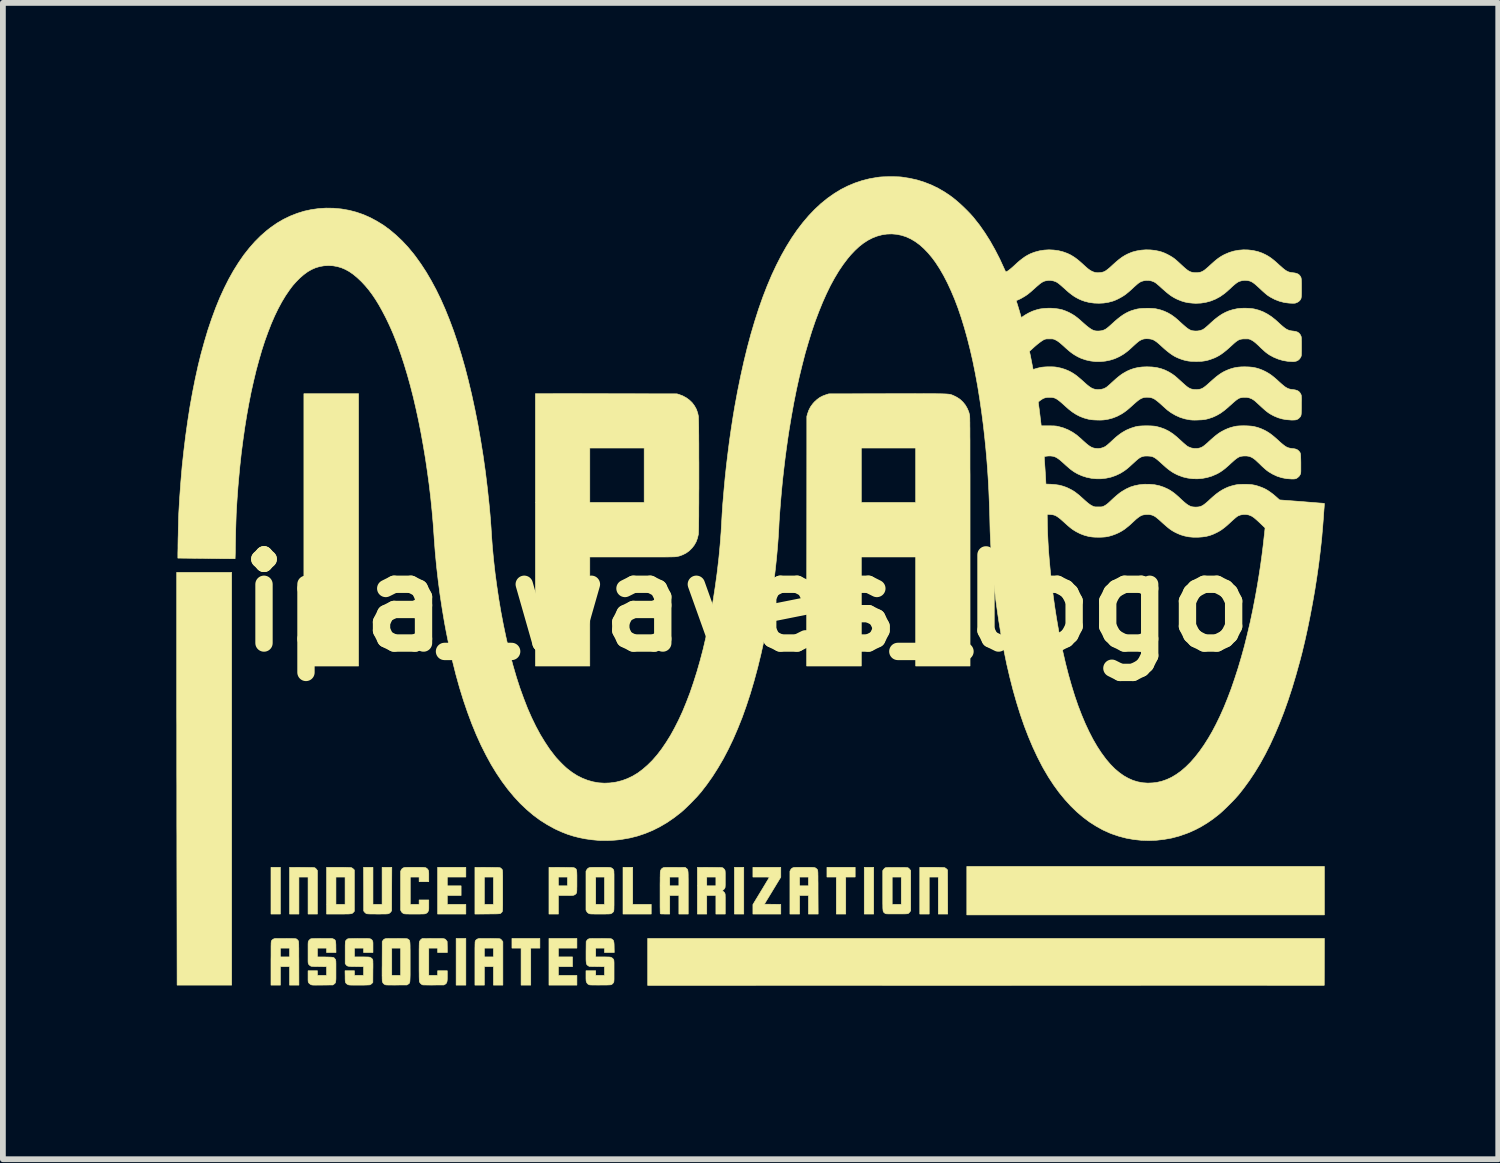
<source format=kicad_pcb>
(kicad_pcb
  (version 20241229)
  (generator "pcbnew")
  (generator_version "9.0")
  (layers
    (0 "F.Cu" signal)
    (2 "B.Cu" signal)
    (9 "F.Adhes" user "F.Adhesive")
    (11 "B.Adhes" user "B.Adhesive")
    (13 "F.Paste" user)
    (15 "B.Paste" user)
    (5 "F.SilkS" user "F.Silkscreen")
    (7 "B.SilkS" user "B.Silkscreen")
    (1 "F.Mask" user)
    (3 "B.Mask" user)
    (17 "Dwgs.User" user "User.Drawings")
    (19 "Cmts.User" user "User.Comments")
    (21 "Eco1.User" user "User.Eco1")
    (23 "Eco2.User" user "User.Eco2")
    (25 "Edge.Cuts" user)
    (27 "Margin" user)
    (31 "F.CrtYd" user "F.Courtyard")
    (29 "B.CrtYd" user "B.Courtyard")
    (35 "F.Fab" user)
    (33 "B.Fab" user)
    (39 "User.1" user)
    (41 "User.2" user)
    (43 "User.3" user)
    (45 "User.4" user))
  (footprint "ipa_waves_logo"
    (layer "F.Cu")
    (at 9.86 7.378)
    (property "Reference" "ipa_waves_logo" (at 0 0 0) (layer "F.SilkS") (effects (font (size 1.524 1.524) (thickness 0.3))))
    (attr through_hole)
    (fp_poly (pts (xy -8.062 5.375) (xy -8.225 5.375) (xy -8.225 4.567) (xy -8.062 4.567) (xy -8.062 5.375)) (stroke (width 0.01) (type solid)) (fill yes) (layer "F.SilkS"))
    (fp_poly (pts (xy -6.711 1.087) (xy -7.656 1.087) (xy -7.656 -3.622) (xy -6.711 -3.622) (xy -6.711 1.087)) (stroke (width 0.01) (type solid)) (fill yes) (layer "F.SilkS"))
    (fp_poly (pts (xy -4.856 6.604) (xy -5.024 6.604) (xy -5.024 5.796) (xy -4.856 5.796) (xy -4.856 6.604)) (stroke (width 0.01) (type solid)) (fill yes) (layer "F.SilkS"))
    (fp_poly (pts (xy -0.051 5.375) (xy -0.213 5.375) (xy -0.213 4.567) (xy -0.051 4.567) (xy -0.051 5.375)) (stroke (width 0.01) (type solid)) (fill yes) (layer "F.SilkS"))
    (fp_poly (pts (xy 2.195 5.375) (xy 2.032 5.375) (xy 2.032 4.567) (xy 2.195 4.567) (xy 2.195 5.375)) (stroke (width 0.01) (type solid)) (fill yes) (layer "F.SilkS"))
    (fp_poly (pts (xy 9.985 6.607) (xy -1.712 6.609) (xy -1.712 5.796) (xy 9.987 5.796) (xy 9.985 6.607)) (stroke (width 0.01) (type solid)) (fill yes) (layer "F.SilkS"))
    (fp_poly (pts (xy 9.987 5.39) (xy 3.805 5.39) (xy 3.805 4.552) (xy 9.987 4.552) (xy 9.987 5.39)) (stroke (width 0.01) (type solid)) (fill yes) (layer "F.SilkS"))
    (fp_poly (pts (xy -1.971 5.207) (xy -1.651 5.207) (xy -1.651 5.375) (xy -2.139 5.375) (xy -2.139 4.567) (xy -1.971 4.567) (xy -1.971 5.207)) (stroke (width 0.01) (type solid)) (fill yes) (layer "F.SilkS"))
    (fp_poly (pts (xy -3.576 5.964) (xy -3.734 5.964) (xy -3.734 6.604) (xy -3.901 6.604) (xy -3.901 5.964) (xy -4.059 5.964) (xy -4.059 5.796) (xy -3.576 5.796) (xy -3.576 5.964)) (stroke (width 0.01) (type solid)) (fill yes) (layer "F.SilkS"))
    (fp_poly (pts (xy 1.875 4.735) (xy 1.712 4.735) (xy 1.712 5.375) (xy 1.549 5.375) (xy 1.549 4.735) (xy 1.387 4.735) (xy 1.387 4.567) (xy 1.875 4.567) (xy 1.875 4.735)) (stroke (width 0.01) (type solid)) (fill yes) (layer "F.SilkS"))
    (fp_poly (pts (xy -4.856 4.735) (xy -5.177 4.735) (xy -5.177 4.887) (xy -4.938 4.887) (xy -4.938 5.055) (xy -5.177 5.055) (xy -5.177 5.207) (xy -4.856 5.207) (xy -4.856 5.375) (xy -5.344 5.375) (xy -5.344 4.567) (xy -4.856 4.567) (xy -4.856 4.735)) (stroke (width 0.01) (type solid)) (fill yes) (layer "F.SilkS"))
    (fp_poly (pts (xy -2.936 5.964) (xy -3.256 5.964) (xy -3.256 6.116) (xy -3.012 6.116) (xy -3.012 6.284) (xy -3.256 6.284) (xy -3.256 6.436) (xy -2.936 6.436) (xy -2.936 6.604) (xy -3.419 6.604) (xy -3.419 5.796) (xy -2.936 5.796) (xy -2.936 5.964)) (stroke (width 0.01) (type solid)) (fill yes) (layer "F.SilkS"))
    (fp_poly (pts (xy 3.197 4.567) (xy 3.246 4.567) (xy 3.291 4.567) (xy 3.331 4.568) (xy 3.364 4.569) (xy 3.391 4.57) (xy 3.41 4.571) (xy 3.419 4.572) (xy 3.419 4.572) (xy 3.434 4.579) (xy 3.449 4.59) (xy 3.455 4.595) (xy 3.472 4.613) (xy 3.474 4.994) (xy 3.475 5.375) (xy 3.312 5.375) (xy 3.312 4.735) (xy 3.155 4.735) (xy 3.155 5.375) (xy 2.992 5.375) (xy 2.992 4.567) (xy 3.197 4.567)) (stroke (width 0.01) (type solid)) (fill yes) (layer "F.SilkS"))
    (fp_poly (pts (xy -7.689 4.568) (xy -7.636 4.568) (xy -7.593 4.569) (xy -7.558 4.569) (xy -7.53 4.57) (xy -7.509 4.57) (xy -7.493 4.571) (xy -7.481 4.572) (xy -7.473 4.574) (xy -7.467 4.575) (xy -7.463 4.578) (xy -7.459 4.58) (xy -7.446 4.592) (xy -7.434 4.606) (xy -7.433 4.608) (xy -7.422 4.624) (xy -7.422 5.375) (xy -7.584 5.375) (xy -7.584 4.735) (xy -7.742 4.735) (xy -7.742 5.375) (xy -7.904 5.375) (xy -7.904 4.567) (xy -7.689 4.568)) (stroke (width 0.01) (type solid)) (fill yes) (layer "F.SilkS"))
    (fp_poly (pts (xy -8.905 6.604) (xy -9.848 6.604) (xy -9.852 4.36) (xy -9.852 4.195) (xy -9.852 4.027) (xy -9.853 3.855) (xy -9.853 3.682) (xy -9.853 3.506) (xy -9.853 3.329) (xy -9.853 3.152) (xy -9.854 2.975) (xy -9.854 2.799) (xy -9.854 2.624) (xy -9.854 2.451) (xy -9.854 2.281) (xy -9.854 2.114) (xy -9.855 1.951) (xy -9.855 1.793) (xy -9.855 1.64) (xy -9.855 1.493) (xy -9.855 1.352) (xy -9.855 1.219) (xy -9.855 1.093) (xy -9.855 0.976) (xy -9.855 0.867) (xy -9.855 0.791) (xy -9.855 -0.533) (xy -8.905 -0.533) (xy -8.905 6.604)) (stroke (width 0.01) (type solid)) (fill yes) (layer "F.SilkS"))
    (fp_poly (pts (xy 0.589 4.737) (xy 0.447 4.971) (xy 0.305 5.204) (xy 0.447 5.206) (xy 0.589 5.207) (xy 0.589 5.375) (xy 0.107 5.375) (xy 0.107 5.21) (xy 0.247 4.979) (xy 0.274 4.935) (xy 0.299 4.893) (xy 0.322 4.855) (xy 0.342 4.821) (xy 0.36 4.792) (xy 0.374 4.769) (xy 0.384 4.752) (xy 0.389 4.743) (xy 0.39 4.741) (xy 0.389 4.739) (xy 0.384 4.738) (xy 0.375 4.737) (xy 0.359 4.736) (xy 0.337 4.735) (xy 0.307 4.735) (xy 0.269 4.735) (xy 0.249 4.735) (xy 0.107 4.735) (xy 0.107 4.567) (xy 0.589 4.567) (xy 0.589 4.737)) (stroke (width 0.01) (type solid)) (fill yes) (layer "F.SilkS"))
    (fp_poly (pts (xy -7.06 4.567) (xy -7.011 4.567) (xy -6.966 4.567) (xy -6.926 4.568) (xy -6.892 4.569) (xy -6.865 4.57) (xy -6.847 4.571) (xy -6.837 4.572) (xy -6.837 4.572) (xy -6.823 4.579) (xy -6.807 4.59) (xy -6.802 4.595) (xy -6.784 4.613) (xy -6.784 5.328) (xy -6.8 5.344) (xy -6.806 5.352) (xy -6.813 5.358) (xy -6.82 5.362) (xy -6.829 5.366) (xy -6.841 5.369) (xy -6.856 5.371) (xy -6.876 5.373) (xy -6.902 5.374) (xy -6.934 5.374) (xy -6.973 5.375) (xy -7.022 5.375) (xy -7.056 5.375) (xy -7.264 5.375) (xy -7.264 4.735) (xy -7.102 4.735) (xy -7.102 5.207) (xy -6.944 5.207) (xy -6.944 4.735) (xy -7.102 4.735) (xy -7.264 4.735) (xy -7.264 4.567) (xy -7.06 4.567)) (stroke (width 0.01) (type solid)) (fill yes) (layer "F.SilkS"))
    (fp_poly (pts (xy -6.462 5.207) (xy -6.304 5.207) (xy -6.304 4.567) (xy -6.136 4.567) (xy -6.138 4.942) (xy -6.139 5.316) (xy -6.151 5.335) (xy -6.165 5.351) (xy -6.183 5.364) (xy -6.184 5.364) (xy -6.19 5.367) (xy -6.197 5.369) (xy -6.205 5.371) (xy -6.216 5.372) (xy -6.23 5.373) (xy -6.25 5.374) (xy -6.275 5.374) (xy -6.308 5.374) (xy -6.348 5.375) (xy -6.383 5.375) (xy -6.432 5.374) (xy -6.471 5.374) (xy -6.502 5.374) (xy -6.526 5.373) (xy -6.544 5.372) (xy -6.557 5.371) (xy -6.567 5.37) (xy -6.574 5.368) (xy -6.578 5.366) (xy -6.592 5.356) (xy -6.606 5.343) (xy -6.608 5.34) (xy -6.622 5.322) (xy -6.623 4.945) (xy -6.625 4.567) (xy -6.462 4.567) (xy -6.462 5.207)) (stroke (width 0.01) (type solid)) (fill yes) (layer "F.SilkS"))
    (fp_poly (pts (xy 1.038 4.567) (xy 1.075 4.567) (xy 1.105 4.567) (xy 1.129 4.568) (xy 1.146 4.568) (xy 1.159 4.57) (xy 1.169 4.571) (xy 1.176 4.573) (xy 1.183 4.575) (xy 1.189 4.578) (xy 1.207 4.591) (xy 1.221 4.606) (xy 1.222 4.608) (xy 1.224 4.611) (xy 1.225 4.615) (xy 1.227 4.621) (xy 1.228 4.628) (xy 1.229 4.638) (xy 1.23 4.651) (xy 1.231 4.668) (xy 1.231 4.69) (xy 1.232 4.718) (xy 1.232 4.752) (xy 1.232 4.793) (xy 1.233 4.841) (xy 1.233 4.898) (xy 1.233 4.964) (xy 1.233 5) (xy 1.235 5.375) (xy 1.067 5.375) (xy 1.067 5.055) (xy 0.914 5.055) (xy 0.914 5.375) (xy 0.747 5.375) (xy 0.747 4.735) (xy 0.914 4.735) (xy 0.914 4.887) (xy 1.067 4.887) (xy 1.067 4.735) (xy 0.914 4.735) (xy 0.747 4.735) (xy 0.747 4.635) (xy 0.758 4.612) (xy 0.771 4.593) (xy 0.79 4.579) (xy 0.792 4.578) (xy 0.799 4.575) (xy 0.805 4.573) (xy 0.812 4.571) (xy 0.822 4.569) (xy 0.836 4.568) (xy 0.853 4.568) (xy 0.877 4.567) (xy 0.907 4.567) (xy 0.945 4.567) (xy 0.991 4.567) (xy 1.038 4.567)) (stroke (width 0.01) (type solid)) (fill yes) (layer "F.SilkS"))
    (fp_poly (pts (xy -4.54 5.797) (xy -4.501 5.797) (xy -4.454 5.797) (xy -4.451 5.797) (xy -4.403 5.798) (xy -4.364 5.798) (xy -4.333 5.799) (xy -4.309 5.799) (xy -4.291 5.8) (xy -4.278 5.801) (xy -4.269 5.803) (xy -4.263 5.804) (xy -4.258 5.807) (xy -4.254 5.809) (xy -4.254 5.809) (xy -4.241 5.821) (xy -4.229 5.836) (xy -4.228 5.837) (xy -4.216 5.854) (xy -4.216 6.604) (xy -4.379 6.604) (xy -4.379 6.284) (xy -4.536 6.284) (xy -4.536 6.604) (xy -4.699 6.604) (xy -4.699 6.227) (xy -4.699 6.157) (xy -4.699 6.095) (xy -4.699 6.043) (xy -4.699 5.998) (xy -4.699 5.964) (xy -4.536 5.964) (xy -4.536 6.116) (xy -4.379 6.116) (xy -4.379 5.964) (xy -4.536 5.964) (xy -4.699 5.964) (xy -4.699 5.961) (xy -4.698 5.93) (xy -4.698 5.905) (xy -4.697 5.885) (xy -4.697 5.87) (xy -4.696 5.859) (xy -4.695 5.85) (xy -4.693 5.844) (xy -4.692 5.84) (xy -4.69 5.836) (xy -4.689 5.834) (xy -4.677 5.821) (xy -4.662 5.81) (xy -4.656 5.807) (xy -4.65 5.804) (xy -4.644 5.802) (xy -4.636 5.8) (xy -4.626 5.798) (xy -4.612 5.798) (xy -4.594 5.797) (xy -4.57 5.797) (xy -4.54 5.797)) (stroke (width 0.01) (type solid)) (fill yes) (layer "F.SilkS"))
    (fp_poly (pts (xy -3.204 4.568) (xy -3.152 4.568) (xy -3.109 4.569) (xy -3.074 4.569) (xy -3.046 4.57) (xy -3.025 4.57) (xy -3.008 4.571) (xy -2.996 4.572) (xy -2.988 4.574) (xy -2.981 4.576) (xy -2.977 4.578) (xy -2.972 4.58) (xy -2.972 4.581) (xy -2.963 4.586) (xy -2.956 4.591) (xy -2.95 4.598) (xy -2.946 4.606) (xy -2.942 4.616) (xy -2.94 4.631) (xy -2.938 4.651) (xy -2.937 4.676) (xy -2.936 4.708) (xy -2.936 4.749) (xy -2.936 4.798) (xy -2.936 4.811) (xy -2.936 4.86) (xy -2.936 4.9) (xy -2.937 4.931) (xy -2.937 4.956) (xy -2.938 4.975) (xy -2.939 4.989) (xy -2.94 4.999) (xy -2.942 5.006) (xy -2.944 5.012) (xy -2.946 5.016) (xy -2.947 5.017) (xy -2.958 5.03) (xy -2.973 5.041) (xy -2.979 5.044) (xy -2.986 5.047) (xy -2.994 5.05) (xy -3.004 5.052) (xy -3.016 5.053) (xy -3.034 5.054) (xy -3.057 5.054) (xy -3.088 5.055) (xy -3.128 5.055) (xy -3.128 5.055) (xy -3.256 5.055) (xy -3.256 5.375) (xy -3.419 5.375) (xy -3.419 4.735) (xy -3.256 4.735) (xy -3.256 4.887) (xy -3.099 4.887) (xy -3.099 4.735) (xy -3.256 4.735) (xy -3.419 4.735) (xy -3.419 4.567) (xy -3.204 4.568)) (stroke (width 0.01) (type solid)) (fill yes) (layer "F.SilkS"))
    (fp_poly (pts (xy -4.483 4.568) (xy -4.431 4.568) (xy -4.388 4.569) (xy -4.353 4.569) (xy -4.325 4.57) (xy -4.303 4.57) (xy -4.287 4.571) (xy -4.276 4.572) (xy -4.267 4.574) (xy -4.262 4.575) (xy -4.257 4.578) (xy -4.254 4.58) (xy -4.24 4.592) (xy -4.229 4.604) (xy -4.227 4.607) (xy -4.226 4.611) (xy -4.224 4.615) (xy -4.223 4.622) (xy -4.222 4.631) (xy -4.221 4.643) (xy -4.22 4.66) (xy -4.22 4.682) (xy -4.219 4.709) (xy -4.219 4.742) (xy -4.219 4.782) (xy -4.219 4.831) (xy -4.219 4.888) (xy -4.219 4.954) (xy -4.219 4.971) (xy -4.219 5.039) (xy -4.219 5.098) (xy -4.219 5.148) (xy -4.219 5.191) (xy -4.219 5.226) (xy -4.22 5.254) (xy -4.22 5.277) (xy -4.221 5.295) (xy -4.222 5.308) (xy -4.223 5.318) (xy -4.224 5.325) (xy -4.225 5.33) (xy -4.227 5.333) (xy -4.229 5.336) (xy -4.229 5.337) (xy -4.242 5.351) (xy -4.254 5.362) (xy -4.258 5.364) (xy -4.262 5.366) (xy -4.268 5.368) (xy -4.277 5.369) (xy -4.289 5.37) (xy -4.305 5.371) (xy -4.327 5.372) (xy -4.356 5.372) (xy -4.392 5.373) (xy -4.436 5.373) (xy -4.483 5.374) (xy -4.699 5.375) (xy -4.699 4.735) (xy -4.536 4.735) (xy -4.536 5.207) (xy -4.379 5.207) (xy -4.379 4.735) (xy -4.536 4.735) (xy -4.699 4.735) (xy -4.699 4.567) (xy -4.483 4.568)) (stroke (width 0.01) (type solid)) (fill yes) (layer "F.SilkS"))
    (fp_poly (pts (xy -0.638 4.568) (xy -0.585 4.568) (xy -0.542 4.569) (xy -0.507 4.569) (xy -0.479 4.57) (xy -0.458 4.57) (xy -0.442 4.571) (xy -0.43 4.572) (xy -0.422 4.574) (xy -0.416 4.575) (xy -0.412 4.578) (xy -0.408 4.58) (xy -0.395 4.592) (xy -0.383 4.606) (xy -0.382 4.608) (xy -0.379 4.613) (xy -0.376 4.618) (xy -0.374 4.625) (xy -0.373 4.635) (xy -0.372 4.648) (xy -0.371 4.667) (xy -0.371 4.693) (xy -0.371 4.725) (xy -0.371 4.767) (xy -0.371 4.769) (xy -0.371 4.811) (xy -0.371 4.845) (xy -0.371 4.87) (xy -0.372 4.89) (xy -0.373 4.904) (xy -0.374 4.914) (xy -0.376 4.922) (xy -0.379 4.928) (xy -0.382 4.933) (xy -0.393 4.947) (xy -0.406 4.959) (xy -0.409 4.961) (xy -0.426 4.97) (xy -0.41 4.981) (xy -0.396 4.992) (xy -0.383 5.007) (xy -0.382 5.008) (xy -0.379 5.013) (xy -0.377 5.018) (xy -0.375 5.025) (xy -0.373 5.033) (xy -0.372 5.045) (xy -0.372 5.062) (xy -0.371 5.084) (xy -0.371 5.114) (xy -0.371 5.151) (xy -0.371 5.197) (xy -0.371 5.2) (xy -0.371 5.375) (xy -0.533 5.375) (xy -0.533 5.055) (xy -0.691 5.055) (xy -0.691 5.375) (xy -0.853 5.375) (xy -0.853 4.735) (xy -0.691 4.735) (xy -0.691 4.887) (xy -0.533 4.887) (xy -0.533 4.735) (xy -0.691 4.735) (xy -0.853 4.735) (xy -0.853 4.567) (xy -0.638 4.568)) (stroke (width 0.01) (type solid)) (fill yes) (layer "F.SilkS"))
    (fp_poly (pts (xy -1.243 4.568) (xy -1.24 4.568) (xy -1.063 4.569) (xy -1.044 4.584) (xy -1.038 4.589) (xy -1.033 4.593) (xy -1.028 4.598) (xy -1.024 4.603) (xy -1.021 4.611) (xy -1.018 4.621) (xy -1.016 4.634) (xy -1.014 4.651) (xy -1.013 4.672) (xy -1.012 4.699) (xy -1.012 4.732) (xy -1.011 4.771) (xy -1.011 4.818) (xy -1.011 4.873) (xy -1.011 4.937) (xy -1.011 5.004) (xy -1.011 5.375) (xy -1.173 5.375) (xy -1.173 5.055) (xy -1.331 5.055) (xy -1.331 5.375) (xy -1.412 5.375) (xy -1.443 5.374) (xy -1.466 5.374) (xy -1.481 5.373) (xy -1.49 5.371) (xy -1.494 5.369) (xy -1.495 5.367) (xy -1.496 5.361) (xy -1.496 5.345) (xy -1.497 5.321) (xy -1.497 5.29) (xy -1.498 5.252) (xy -1.498 5.21) (xy -1.498 5.163) (xy -1.498 5.114) (xy -1.498 5.062) (xy -1.498 5.009) (xy -1.498 4.956) (xy -1.498 4.904) (xy -1.498 4.854) (xy -1.497 4.807) (xy -1.497 4.764) (xy -1.497 4.735) (xy -1.331 4.735) (xy -1.331 4.887) (xy -1.173 4.887) (xy -1.173 4.735) (xy -1.331 4.735) (xy -1.497 4.735) (xy -1.496 4.725) (xy -1.496 4.693) (xy -1.495 4.667) (xy -1.495 4.65) (xy -1.494 4.642) (xy -1.486 4.614) (xy -1.47 4.591) (xy -1.448 4.576) (xy -1.436 4.572) (xy -1.425 4.57) (xy -1.405 4.569) (xy -1.376 4.568) (xy -1.339 4.568) (xy -1.294 4.568) (xy -1.243 4.568)) (stroke (width 0.01) (type solid)) (fill yes) (layer "F.SilkS"))
    (fp_poly (pts (xy -8.065 5.797) (xy -8.027 5.797) (xy -7.979 5.797) (xy -7.977 5.797) (xy -7.928 5.798) (xy -7.89 5.798) (xy -7.859 5.799) (xy -7.835 5.799) (xy -7.817 5.8) (xy -7.804 5.801) (xy -7.794 5.803) (xy -7.788 5.804) (xy -7.783 5.807) (xy -7.779 5.809) (xy -7.766 5.821) (xy -7.755 5.834) (xy -7.753 5.837) (xy -7.751 5.84) (xy -7.75 5.844) (xy -7.749 5.851) (xy -7.747 5.86) (xy -7.747 5.872) (xy -7.746 5.888) (xy -7.745 5.909) (xy -7.745 5.935) (xy -7.744 5.968) (xy -7.744 6.007) (xy -7.744 6.054) (xy -7.744 6.109) (xy -7.743 6.173) (xy -7.743 6.226) (xy -7.742 6.604) (xy -7.904 6.604) (xy -7.904 6.284) (xy -8.062 6.284) (xy -8.062 6.604) (xy -8.225 6.604) (xy -8.225 6.227) (xy -8.225 6.157) (xy -8.224 6.095) (xy -8.224 6.043) (xy -8.224 5.998) (xy -8.224 5.964) (xy -8.062 5.964) (xy -8.062 6.116) (xy -7.904 6.116) (xy -7.904 5.964) (xy -8.062 5.964) (xy -8.224 5.964) (xy -8.224 5.961) (xy -8.224 5.93) (xy -8.223 5.905) (xy -8.223 5.885) (xy -8.222 5.87) (xy -8.221 5.859) (xy -8.22 5.85) (xy -8.219 5.844) (xy -8.217 5.84) (xy -8.215 5.836) (xy -8.214 5.834) (xy -8.203 5.821) (xy -8.187 5.81) (xy -8.182 5.807) (xy -8.176 5.804) (xy -8.169 5.802) (xy -8.162 5.8) (xy -8.152 5.798) (xy -8.138 5.798) (xy -8.12 5.797) (xy -8.096 5.797) (xy -8.065 5.797)) (stroke (width 0.01) (type solid)) (fill yes) (layer "F.SilkS"))
    (fp_poly (pts (xy -5.299 5.797) (xy -5.272 5.798) (xy -5.251 5.799) (xy -5.235 5.802) (xy -5.223 5.805) (xy -5.214 5.809) (xy -5.207 5.815) (xy -5.2 5.822) (xy -5.194 5.83) (xy -5.179 5.849) (xy -5.177 5.944) (xy -5.176 6.04) (xy -5.344 6.04) (xy -5.344 5.964) (xy -5.497 5.964) (xy -5.497 6.436) (xy -5.344 6.436) (xy -5.344 6.355) (xy -5.177 6.355) (xy -5.177 6.445) (xy -5.177 6.484) (xy -5.178 6.515) (xy -5.181 6.538) (xy -5.186 6.556) (xy -5.192 6.569) (xy -5.201 6.579) (xy -5.213 6.588) (xy -5.215 6.589) (xy -5.235 6.601) (xy -5.413 6.602) (xy -5.455 6.603) (xy -5.494 6.602) (xy -5.53 6.602) (xy -5.56 6.601) (xy -5.583 6.601) (xy -5.599 6.6) (xy -5.605 6.599) (xy -5.623 6.589) (xy -5.641 6.573) (xy -5.654 6.555) (xy -5.659 6.543) (xy -5.66 6.534) (xy -5.661 6.516) (xy -5.662 6.489) (xy -5.663 6.453) (xy -5.663 6.409) (xy -5.664 6.358) (xy -5.664 6.3) (xy -5.664 6.235) (xy -5.664 6.195) (xy -5.664 6.129) (xy -5.664 6.072) (xy -5.664 6.024) (xy -5.664 5.983) (xy -5.663 5.95) (xy -5.663 5.923) (xy -5.662 5.901) (xy -5.662 5.884) (xy -5.661 5.872) (xy -5.66 5.862) (xy -5.658 5.855) (xy -5.657 5.849) (xy -5.655 5.845) (xy -5.655 5.844) (xy -5.644 5.828) (xy -5.631 5.813) (xy -5.628 5.811) (xy -5.611 5.799) (xy -5.427 5.797) (xy -5.376 5.797) (xy -5.333 5.797) (xy -5.299 5.797)) (stroke (width 0.01) (type solid)) (fill yes) (layer "F.SilkS"))
    (fp_poly (pts (xy -5.693 4.567) (xy -5.656 4.567) (xy -5.626 4.567) (xy -5.602 4.568) (xy -5.585 4.568) (xy -5.572 4.57) (xy -5.562 4.571) (xy -5.555 4.573) (xy -5.548 4.575) (xy -5.542 4.578) (xy -5.523 4.592) (xy -5.509 4.61) (xy -5.508 4.612) (xy -5.504 4.621) (xy -5.501 4.63) (xy -5.499 4.641) (xy -5.498 4.656) (xy -5.497 4.676) (xy -5.497 4.703) (xy -5.497 4.725) (xy -5.497 4.816) (xy -5.664 4.816) (xy -5.664 4.735) (xy -5.817 4.735) (xy -5.817 5.207) (xy -5.664 5.207) (xy -5.664 5.131) (xy -5.497 5.131) (xy -5.497 5.219) (xy -5.497 5.251) (xy -5.497 5.275) (xy -5.498 5.293) (xy -5.5 5.305) (xy -5.502 5.315) (xy -5.506 5.324) (xy -5.508 5.329) (xy -5.521 5.349) (xy -5.54 5.362) (xy -5.542 5.363) (xy -5.548 5.366) (xy -5.555 5.369) (xy -5.562 5.371) (xy -5.572 5.372) (xy -5.585 5.373) (xy -5.603 5.374) (xy -5.627 5.374) (xy -5.657 5.375) (xy -5.695 5.375) (xy -5.74 5.375) (xy -5.787 5.375) (xy -5.825 5.375) (xy -5.855 5.374) (xy -5.878 5.374) (xy -5.896 5.373) (xy -5.909 5.372) (xy -5.919 5.371) (xy -5.926 5.369) (xy -5.933 5.366) (xy -5.939 5.363) (xy -5.958 5.35) (xy -5.972 5.331) (xy -5.973 5.329) (xy -5.984 5.306) (xy -5.984 4.635) (xy -5.973 4.612) (xy -5.96 4.593) (xy -5.941 4.579) (xy -5.939 4.578) (xy -5.932 4.575) (xy -5.926 4.573) (xy -5.919 4.571) (xy -5.909 4.569) (xy -5.895 4.568) (xy -5.878 4.568) (xy -5.854 4.567) (xy -5.824 4.567) (xy -5.786 4.567) (xy -5.74 4.567) (xy -5.693 4.567)) (stroke (width 0.01) (type solid)) (fill yes) (layer "F.SilkS"))
    (fp_poly (pts (xy 2.642 4.569) (xy 2.682 4.57) (xy 2.714 4.57) (xy 2.739 4.57) (xy 2.757 4.571) (xy 2.771 4.572) (xy 2.781 4.573) (xy 2.787 4.575) (xy 2.792 4.577) (xy 2.796 4.579) (xy 2.797 4.58) (xy 2.81 4.592) (xy 2.822 4.606) (xy 2.823 4.608) (xy 2.835 4.624) (xy 2.835 5.317) (xy 2.823 5.334) (xy 2.812 5.348) (xy 2.799 5.361) (xy 2.797 5.361) (xy 2.793 5.364) (xy 2.789 5.367) (xy 2.782 5.368) (xy 2.773 5.37) (xy 2.76 5.371) (xy 2.742 5.372) (xy 2.719 5.372) (xy 2.688 5.373) (xy 2.65 5.373) (xy 2.602 5.373) (xy 2.599 5.373) (xy 2.547 5.373) (xy 2.502 5.373) (xy 2.464 5.373) (xy 2.435 5.372) (xy 2.415 5.371) (xy 2.404 5.369) (xy 2.403 5.369) (xy 2.39 5.362) (xy 2.378 5.353) (xy 2.373 5.348) (xy 2.369 5.344) (xy 2.365 5.339) (xy 2.362 5.333) (xy 2.359 5.325) (xy 2.357 5.314) (xy 2.356 5.3) (xy 2.354 5.281) (xy 2.353 5.258) (xy 2.353 5.229) (xy 2.352 5.194) (xy 2.352 5.151) (xy 2.352 5.101) (xy 2.352 5.042) (xy 2.352 4.973) (xy 2.352 4.969) (xy 2.352 4.735) (xy 2.515 4.735) (xy 2.515 5.207) (xy 2.672 5.207) (xy 2.672 4.735) (xy 2.515 4.735) (xy 2.352 4.735) (xy 2.352 4.624) (xy 2.363 4.608) (xy 2.375 4.593) (xy 2.388 4.581) (xy 2.389 4.58) (xy 2.393 4.577) (xy 2.398 4.575) (xy 2.404 4.573) (xy 2.413 4.572) (xy 2.425 4.571) (xy 2.442 4.57) (xy 2.465 4.57) (xy 2.495 4.57) (xy 2.532 4.569) (xy 2.579 4.569) (xy 2.593 4.569) (xy 2.642 4.569)) (stroke (width 0.01) (type solid)) (fill yes) (layer "F.SilkS"))
    (fp_poly (pts (xy -2.43 -3.621) (xy -1.206 -3.619) (xy -1.169 -3.608) (xy -1.102 -3.582) (xy -1.042 -3.549) (xy -0.988 -3.509) (xy -0.941 -3.463) (xy -0.902 -3.41) (xy -0.87 -3.352) (xy -0.848 -3.289) (xy -0.835 -3.231) (xy -0.834 -3.219) (xy -0.834 -3.198) (xy -0.833 -3.168) (xy -0.832 -3.13) (xy -0.831 -3.084) (xy -0.83 -3.031) (xy -0.83 -2.971) (xy -0.829 -2.906) (xy -0.829 -2.835) (xy -0.828 -2.76) (xy -0.828 -2.681) (xy -0.828 -2.599) (xy -0.828 -2.513) (xy -0.827 -2.426) (xy -0.827 -2.337) (xy -0.827 -2.248) (xy -0.827 -2.158) (xy -0.827 -2.068) (xy -0.827 -1.98) (xy -0.828 -1.893) (xy -0.828 -1.808) (xy -0.828 -1.727) (xy -0.829 -1.648) (xy -0.829 -1.574) (xy -0.829 -1.505) (xy -0.83 -1.44) (xy -0.831 -1.382) (xy -0.831 -1.331) (xy -0.832 -1.286) (xy -0.833 -1.25) (xy -0.834 -1.221) (xy -0.835 -1.202) (xy -0.835 -1.194) (xy -0.851 -1.126) (xy -0.874 -1.062) (xy -0.906 -1.005) (xy -0.946 -0.953) (xy -0.992 -0.907) (xy -1.044 -0.869) (xy -1.103 -0.838) (xy -1.166 -0.815) (xy -1.212 -0.805) (xy -1.22 -0.804) (xy -1.229 -0.803) (xy -1.24 -0.802) (xy -1.255 -0.801) (xy -1.273 -0.801) (xy -1.295 -0.8) (xy -1.321 -0.8) (xy -1.352 -0.799) (xy -1.389 -0.799) (xy -1.432 -0.798) (xy -1.481 -0.798) (xy -1.537 -0.798) (xy -1.6 -0.798) (xy -1.672 -0.798) (xy -1.752 -0.798) (xy -1.84 -0.798) (xy -1.939 -0.798) (xy -1.984 -0.798) (xy -2.713 -0.798) (xy -2.713 1.087) (xy -3.653 1.087) (xy -3.653 -2.682) (xy -2.713 -2.682) (xy -2.713 -1.742) (xy -1.773 -1.742) (xy -1.773 -2.682) (xy -2.713 -2.682) (xy -3.653 -2.682) (xy -3.653 -3.622) (xy -2.43 -3.621)) (stroke (width 0.01) (type solid)) (fill yes) (layer "F.SilkS"))
    (fp_poly (pts (xy -6.104 5.797) (xy -6.054 5.797) (xy -6.006 5.798) (xy -5.967 5.798) (xy -5.936 5.799) (xy -5.912 5.799) (xy -5.894 5.8) (xy -5.881 5.801) (xy -5.871 5.802) (xy -5.865 5.804) (xy -5.86 5.807) (xy -5.855 5.809) (xy -5.853 5.811) (xy -5.847 5.815) (xy -5.841 5.819) (xy -5.836 5.824) (xy -5.832 5.829) (xy -5.829 5.836) (xy -5.826 5.846) (xy -5.824 5.859) (xy -5.822 5.876) (xy -5.821 5.898) (xy -5.82 5.925) (xy -5.82 5.958) (xy -5.819 5.998) (xy -5.819 6.046) (xy -5.819 6.102) (xy -5.819 6.168) (xy -5.819 6.2) (xy -5.819 6.27) (xy -5.819 6.33) (xy -5.819 6.381) (xy -5.819 6.424) (xy -5.82 6.461) (xy -5.821 6.49) (xy -5.822 6.514) (xy -5.823 6.533) (xy -5.825 6.548) (xy -5.828 6.559) (xy -5.831 6.567) (xy -5.835 6.573) (xy -5.84 6.578) (xy -5.845 6.582) (xy -5.852 6.586) (xy -5.856 6.589) (xy -5.874 6.601) (xy -6.052 6.602) (xy -6.095 6.603) (xy -6.134 6.602) (xy -6.169 6.602) (xy -6.199 6.602) (xy -6.222 6.601) (xy -6.238 6.6) (xy -6.244 6.599) (xy -6.269 6.587) (xy -6.288 6.567) (xy -6.294 6.556) (xy -6.296 6.552) (xy -6.298 6.547) (xy -6.299 6.541) (xy -6.301 6.534) (xy -6.302 6.523) (xy -6.302 6.51) (xy -6.303 6.492) (xy -6.303 6.47) (xy -6.304 6.442) (xy -6.304 6.408) (xy -6.304 6.367) (xy -6.304 6.317) (xy -6.303 6.259) (xy -6.303 6.192) (xy -6.303 6.192) (xy -6.302 5.964) (xy -6.137 5.964) (xy -6.137 6.436) (xy -5.984 6.436) (xy -5.984 5.964) (xy -6.137 5.964) (xy -6.302 5.964) (xy -6.302 5.849) (xy -6.287 5.83) (xy -6.281 5.821) (xy -6.274 5.814) (xy -6.267 5.809) (xy -6.257 5.805) (xy -6.245 5.801) (xy -6.229 5.799) (xy -6.208 5.798) (xy -6.18 5.797) (xy -6.146 5.797) (xy -6.104 5.797)) (stroke (width 0.01) (type solid)) (fill yes) (layer "F.SilkS"))
    (fp_poly (pts (xy -2.488 4.567) (xy -2.45 4.567) (xy -2.42 4.567) (xy -2.397 4.568) (xy -2.379 4.568) (xy -2.366 4.57) (xy -2.357 4.571) (xy -2.349 4.573) (xy -2.343 4.575) (xy -2.337 4.578) (xy -2.318 4.591) (xy -2.305 4.606) (xy -2.304 4.608) (xy -2.302 4.611) (xy -2.3 4.615) (xy -2.299 4.621) (xy -2.297 4.628) (xy -2.296 4.638) (xy -2.296 4.652) (xy -2.295 4.67) (xy -2.294 4.692) (xy -2.294 4.721) (xy -2.294 4.756) (xy -2.294 4.798) (xy -2.294 4.848) (xy -2.294 4.907) (xy -2.294 4.971) (xy -2.294 5.038) (xy -2.294 5.097) (xy -2.294 5.146) (xy -2.294 5.188) (xy -2.294 5.222) (xy -2.295 5.251) (xy -2.295 5.273) (xy -2.296 5.291) (xy -2.296 5.304) (xy -2.298 5.314) (xy -2.299 5.321) (xy -2.3 5.326) (xy -2.302 5.33) (xy -2.304 5.334) (xy -2.317 5.349) (xy -2.335 5.362) (xy -2.337 5.363) (xy -2.343 5.366) (xy -2.349 5.369) (xy -2.357 5.371) (xy -2.367 5.372) (xy -2.38 5.373) (xy -2.398 5.374) (xy -2.421 5.374) (xy -2.451 5.375) (xy -2.49 5.375) (xy -2.535 5.375) (xy -2.582 5.375) (xy -2.62 5.375) (xy -2.65 5.374) (xy -2.673 5.374) (xy -2.691 5.373) (xy -2.704 5.372) (xy -2.713 5.371) (xy -2.721 5.369) (xy -2.727 5.366) (xy -2.733 5.363) (xy -2.753 5.35) (xy -2.766 5.331) (xy -2.767 5.329) (xy -2.779 5.306) (xy -2.779 4.735) (xy -2.611 4.735) (xy -2.611 5.207) (xy -2.459 5.207) (xy -2.459 4.735) (xy -2.611 4.735) (xy -2.779 4.735) (xy -2.779 4.635) (xy -2.767 4.612) (xy -2.754 4.593) (xy -2.735 4.579) (xy -2.733 4.578) (xy -2.727 4.575) (xy -2.721 4.573) (xy -2.713 4.571) (xy -2.703 4.569) (xy -2.69 4.568) (xy -2.672 4.568) (xy -2.649 4.567) (xy -2.618 4.567) (xy -2.58 4.567) (xy -2.535 4.567) (xy -2.488 4.567)) (stroke (width 0.01) (type solid)) (fill yes) (layer "F.SilkS"))
    (fp_poly (pts (xy 3.098 -3.621) (xy 3.161 -3.621) (xy 3.217 -3.621) (xy 3.267 -3.621) (xy 3.312 -3.62) (xy 3.35 -3.62) (xy 3.384 -3.619) (xy 3.414 -3.618) (xy 3.439 -3.617) (xy 3.46 -3.616) (xy 3.479 -3.614) (xy 3.494 -3.613) (xy 3.507 -3.611) (xy 3.519 -3.609) (xy 3.528 -3.607) (xy 3.537 -3.604) (xy 3.545 -3.601) (xy 3.553 -3.598) (xy 3.561 -3.595) (xy 3.57 -3.591) (xy 3.575 -3.589) (xy 3.635 -3.559) (xy 3.69 -3.522) (xy 3.738 -3.477) (xy 3.78 -3.425) (xy 3.813 -3.368) (xy 3.839 -3.307) (xy 3.853 -3.255) (xy 3.853 -3.251) (xy 3.854 -3.246) (xy 3.855 -3.239) (xy 3.855 -3.231) (xy 3.856 -3.22) (xy 3.856 -3.207) (xy 3.857 -3.191) (xy 3.857 -3.172) (xy 3.857 -3.149) (xy 3.858 -3.124) (xy 3.858 -3.094) (xy 3.858 -3.06) (xy 3.859 -3.021) (xy 3.859 -2.978) (xy 3.859 -2.93) (xy 3.859 -2.877) (xy 3.86 -2.818) (xy 3.86 -2.753) (xy 3.86 -2.682) (xy 3.86 -2.604) (xy 3.86 -2.52) (xy 3.86 -2.429) (xy 3.86 -2.331) (xy 3.861 -2.224) (xy 3.861 -2.111) (xy 3.861 -1.988) (xy 3.861 -1.858) (xy 3.861 -1.719) (xy 3.861 -1.57) (xy 3.861 -1.413) (xy 3.861 -1.245) (xy 3.861 -1.068) (xy 3.861 -1.064) (xy 3.861 1.087) (xy 2.921 1.087) (xy 2.921 -0.798) (xy 1.981 -0.798) (xy 1.981 1.087) (xy 1.036 1.087) (xy 1.038 -1.071) (xy 1.039 -2.682) (xy 1.981 -2.682) (xy 1.981 -1.742) (xy 2.921 -1.742) (xy 2.921 -2.682) (xy 1.981 -2.682) (xy 1.039 -2.682) (xy 1.039 -3.228) (xy 1.05 -3.269) (xy 1.072 -3.333) (xy 1.102 -3.392) (xy 1.141 -3.446) (xy 1.17 -3.479) (xy 1.217 -3.522) (xy 1.265 -3.557) (xy 1.318 -3.584) (xy 1.375 -3.605) (xy 1.42 -3.619) (xy 2.433 -3.621) (xy 2.555 -3.621) (xy 2.667 -3.621) (xy 2.77 -3.621) (xy 2.865 -3.621) (xy 2.95 -3.622) (xy 3.028 -3.622) (xy 3.098 -3.621)) (stroke (width 0.01) (type solid)) (fill yes) (layer "F.SilkS"))
    (fp_poly (pts (xy -2.578 5.797) (xy -2.528 5.797) (xy -2.48 5.798) (xy -2.441 5.798) (xy -2.41 5.799) (xy -2.386 5.799) (xy -2.368 5.8) (xy -2.355 5.801) (xy -2.346 5.802) (xy -2.339 5.804) (xy -2.334 5.807) (xy -2.33 5.809) (xy -2.328 5.811) (xy -2.317 5.819) (xy -2.308 5.828) (xy -2.302 5.84) (xy -2.298 5.854) (xy -2.295 5.874) (xy -2.293 5.9) (xy -2.292 5.934) (xy -2.292 5.947) (xy -2.29 6.04) (xy -2.459 6.04) (xy -2.459 5.964) (xy -2.611 5.964) (xy -2.611 6.116) (xy -2.485 6.116) (xy -2.446 6.116) (xy -2.416 6.117) (xy -2.392 6.117) (xy -2.375 6.118) (xy -2.363 6.119) (xy -2.353 6.121) (xy -2.346 6.124) (xy -2.338 6.127) (xy -2.337 6.128) (xy -2.318 6.14) (xy -2.305 6.156) (xy -2.304 6.157) (xy -2.301 6.162) (xy -2.299 6.168) (xy -2.297 6.175) (xy -2.296 6.185) (xy -2.295 6.199) (xy -2.294 6.218) (xy -2.294 6.243) (xy -2.294 6.274) (xy -2.294 6.314) (xy -2.294 6.36) (xy -2.294 6.408) (xy -2.294 6.448) (xy -2.294 6.479) (xy -2.294 6.503) (xy -2.295 6.521) (xy -2.296 6.535) (xy -2.297 6.545) (xy -2.299 6.552) (xy -2.301 6.557) (xy -2.304 6.562) (xy -2.305 6.563) (xy -2.317 6.578) (xy -2.331 6.59) (xy -2.333 6.591) (xy -2.338 6.594) (xy -2.343 6.596) (xy -2.351 6.598) (xy -2.361 6.599) (xy -2.376 6.6) (xy -2.396 6.601) (xy -2.422 6.602) (xy -2.455 6.602) (xy -2.496 6.602) (xy -2.527 6.602) (xy -2.569 6.603) (xy -2.609 6.602) (xy -2.644 6.602) (xy -2.674 6.602) (xy -2.697 6.601) (xy -2.712 6.6) (xy -2.718 6.599) (xy -2.744 6.587) (xy -2.762 6.567) (xy -2.768 6.556) (xy -2.772 6.547) (xy -2.775 6.538) (xy -2.777 6.526) (xy -2.778 6.51) (xy -2.779 6.487) (xy -2.779 6.457) (xy -2.779 6.445) (xy -2.779 6.355) (xy -2.611 6.355) (xy -2.611 6.436) (xy -2.459 6.436) (xy -2.459 6.285) (xy -2.721 6.281) (xy -2.742 6.268) (xy -2.751 6.261) (xy -2.759 6.255) (xy -2.765 6.247) (xy -2.769 6.237) (xy -2.773 6.224) (xy -2.775 6.207) (xy -2.777 6.185) (xy -2.778 6.156) (xy -2.778 6.121) (xy -2.778 6.077) (xy -2.778 6.03) (xy -2.776 5.849) (xy -2.762 5.83) (xy -2.755 5.821) (xy -2.749 5.814) (xy -2.741 5.809) (xy -2.732 5.805) (xy -2.72 5.801) (xy -2.703 5.799) (xy -2.682 5.798) (xy -2.655 5.797) (xy -2.621 5.797) (xy -2.578 5.797)) (stroke (width 0.01) (type solid)) (fill yes) (layer "F.SilkS"))
    (fp_poly (pts (xy -6.581 5.797) (xy -6.553 5.798) (xy -6.532 5.8) (xy -6.515 5.802) (xy -6.502 5.806) (xy -6.493 5.811) (xy -6.486 5.817) (xy -6.479 5.824) (xy -6.474 5.831) (xy -6.47 5.838) (xy -6.467 5.845) (xy -6.464 5.853) (xy -6.463 5.864) (xy -6.462 5.88) (xy -6.462 5.903) (xy -6.462 5.934) (xy -6.462 5.945) (xy -6.462 6.04) (xy -6.624 6.04) (xy -6.624 5.964) (xy -6.782 5.964) (xy -6.782 6.116) (xy -6.654 6.116) (xy -6.614 6.116) (xy -6.583 6.117) (xy -6.56 6.117) (xy -6.542 6.118) (xy -6.529 6.119) (xy -6.519 6.121) (xy -6.512 6.124) (xy -6.504 6.127) (xy -6.504 6.127) (xy -6.488 6.137) (xy -6.475 6.15) (xy -6.472 6.154) (xy -6.469 6.159) (xy -6.467 6.164) (xy -6.465 6.171) (xy -6.464 6.18) (xy -6.463 6.192) (xy -6.463 6.21) (xy -6.462 6.233) (xy -6.462 6.262) (xy -6.462 6.299) (xy -6.463 6.345) (xy -6.463 6.365) (xy -6.464 6.558) (xy -6.482 6.576) (xy -6.496 6.588) (xy -6.512 6.597) (xy -6.517 6.599) (xy -6.527 6.6) (xy -6.546 6.601) (xy -6.572 6.602) (xy -6.604 6.603) (xy -6.642 6.604) (xy -6.684 6.604) (xy -6.706 6.604) (xy -6.752 6.604) (xy -6.79 6.604) (xy -6.82 6.603) (xy -6.843 6.603) (xy -6.86 6.602) (xy -6.873 6.601) (xy -6.883 6.599) (xy -6.89 6.597) (xy -6.896 6.594) (xy -6.897 6.594) (xy -6.913 6.584) (xy -6.927 6.571) (xy -6.93 6.568) (xy -6.934 6.561) (xy -6.937 6.555) (xy -6.939 6.546) (xy -6.941 6.534) (xy -6.942 6.518) (xy -6.943 6.494) (xy -6.943 6.463) (xy -6.943 6.453) (xy -6.945 6.355) (xy -6.782 6.355) (xy -6.782 6.436) (xy -6.624 6.436) (xy -6.624 6.285) (xy -6.755 6.283) (xy -6.798 6.282) (xy -6.833 6.282) (xy -6.859 6.28) (xy -6.88 6.278) (xy -6.895 6.275) (xy -6.906 6.271) (xy -6.915 6.265) (xy -6.922 6.257) (xy -6.93 6.248) (xy -6.93 6.247) (xy -6.942 6.231) (xy -6.942 6.039) (xy -6.942 5.99) (xy -6.942 5.95) (xy -6.942 5.918) (xy -6.941 5.893) (xy -6.94 5.874) (xy -6.94 5.86) (xy -6.938 5.851) (xy -6.937 5.844) (xy -6.935 5.839) (xy -6.932 5.835) (xy -6.931 5.834) (xy -6.919 5.82) (xy -6.907 5.809) (xy -6.903 5.807) (xy -6.898 5.804) (xy -6.891 5.803) (xy -6.882 5.801) (xy -6.869 5.8) (xy -6.85 5.799) (xy -6.826 5.799) (xy -6.795 5.798) (xy -6.755 5.798) (xy -6.712 5.797) (xy -6.659 5.797) (xy -6.616 5.797) (xy -6.581 5.797)) (stroke (width 0.01) (type solid)) (fill yes) (layer "F.SilkS"))
    (fp_poly (pts (xy -7.207 5.797) (xy -7.189 5.798) (xy -7.175 5.798) (xy -7.165 5.8) (xy -7.158 5.801) (xy -7.151 5.804) (xy -7.146 5.806) (xy -7.132 5.813) (xy -7.122 5.82) (xy -7.115 5.829) (xy -7.11 5.841) (xy -7.107 5.857) (xy -7.105 5.879) (xy -7.103 5.909) (xy -7.103 5.942) (xy -7.101 6.04) (xy -7.264 6.04) (xy -7.264 5.964) (xy -7.422 5.964) (xy -7.422 6.116) (xy -7.288 6.117) (xy -7.245 6.118) (xy -7.211 6.119) (xy -7.185 6.12) (xy -7.165 6.122) (xy -7.15 6.124) (xy -7.139 6.129) (xy -7.131 6.134) (xy -7.124 6.142) (xy -7.117 6.152) (xy -7.113 6.157) (xy -7.11 6.161) (xy -7.108 6.166) (xy -7.106 6.172) (xy -7.105 6.181) (xy -7.103 6.193) (xy -7.103 6.209) (xy -7.102 6.231) (xy -7.102 6.259) (xy -7.102 6.295) (xy -7.102 6.34) (xy -7.102 6.359) (xy -7.102 6.409) (xy -7.102 6.451) (xy -7.102 6.484) (xy -7.103 6.511) (xy -7.105 6.531) (xy -7.107 6.547) (xy -7.11 6.558) (xy -7.114 6.567) (xy -7.12 6.574) (xy -7.127 6.58) (xy -7.135 6.587) (xy -7.136 6.587) (xy -7.154 6.601) (xy -7.335 6.603) (xy -7.383 6.603) (xy -7.421 6.603) (xy -7.452 6.604) (xy -7.476 6.603) (xy -7.494 6.603) (xy -7.507 6.602) (xy -7.517 6.601) (xy -7.525 6.599) (xy -7.531 6.596) (xy -7.537 6.594) (xy -7.539 6.593) (xy -7.555 6.582) (xy -7.569 6.569) (xy -7.573 6.564) (xy -7.577 6.557) (xy -7.58 6.55) (xy -7.582 6.542) (xy -7.583 6.529) (xy -7.584 6.512) (xy -7.584 6.487) (xy -7.584 6.454) (xy -7.584 6.355) (xy -7.422 6.355) (xy -7.422 6.436) (xy -7.264 6.436) (xy -7.264 6.285) (xy -7.395 6.283) (xy -7.435 6.282) (xy -7.467 6.282) (xy -7.491 6.281) (xy -7.508 6.28) (xy -7.521 6.279) (xy -7.53 6.277) (xy -7.537 6.274) (xy -7.543 6.271) (xy -7.544 6.271) (xy -7.559 6.259) (xy -7.572 6.245) (xy -7.573 6.244) (xy -7.576 6.239) (xy -7.578 6.234) (xy -7.58 6.228) (xy -7.582 6.22) (xy -7.583 6.208) (xy -7.584 6.192) (xy -7.584 6.17) (xy -7.584 6.142) (xy -7.584 6.106) (xy -7.584 6.061) (xy -7.584 6.04) (xy -7.584 5.992) (xy -7.584 5.952) (xy -7.584 5.921) (xy -7.584 5.897) (xy -7.583 5.878) (xy -7.582 5.865) (xy -7.581 5.855) (xy -7.579 5.848) (xy -7.577 5.843) (xy -7.574 5.839) (xy -7.573 5.837) (xy -7.561 5.823) (xy -7.548 5.81) (xy -7.547 5.809) (xy -7.543 5.807) (xy -7.538 5.804) (xy -7.532 5.803) (xy -7.523 5.801) (xy -7.51 5.8) (xy -7.492 5.799) (xy -7.468 5.799) (xy -7.437 5.798) (xy -7.398 5.798) (xy -7.35 5.797) (xy -7.35 5.797) (xy -7.302 5.797) (xy -7.263 5.797) (xy -7.232 5.797) (xy -7.207 5.797)) (stroke (width 0.01) (type solid)) (fill yes) (layer "F.SilkS"))
    (fp_poly (pts (xy 2.542 -7.373) (xy 2.586 -7.372) (xy 2.626 -7.371) (xy 2.66 -7.369) (xy 2.68 -7.367) (xy 2.814 -7.346) (xy 2.945 -7.317) (xy 3.07 -7.278) (xy 3.192 -7.23) (xy 3.31 -7.173) (xy 3.425 -7.106) (xy 3.51 -7.049) (xy 3.567 -7.007) (xy 3.627 -6.958) (xy 3.689 -6.904) (xy 3.75 -6.847) (xy 3.81 -6.788) (xy 3.866 -6.73) (xy 3.916 -6.674) (xy 3.927 -6.66) (xy 4.025 -6.536) (xy 4.118 -6.403) (xy 4.207 -6.262) (xy 4.292 -6.111) (xy 4.374 -5.952) (xy 4.447 -5.793) (xy 4.459 -5.767) (xy 4.467 -5.749) (xy 4.474 -5.737) (xy 4.478 -5.731) (xy 4.483 -5.729) (xy 4.487 -5.73) (xy 4.489 -5.731) (xy 4.508 -5.74) (xy 4.53 -5.755) (xy 4.558 -5.777) (xy 4.591 -5.805) (xy 4.623 -5.834) (xy 4.677 -5.884) (xy 4.726 -5.926) (xy 4.772 -5.961) (xy 4.815 -5.992) (xy 4.858 -6.017) (xy 4.901 -6.039) (xy 4.946 -6.057) (xy 4.982 -6.07) (xy 5.06 -6.091) (xy 5.142 -6.104) (xy 5.225 -6.109) (xy 5.308 -6.105) (xy 5.39 -6.094) (xy 5.469 -6.074) (xy 5.544 -6.047) (xy 5.598 -6.021) (xy 5.639 -5.997) (xy 5.677 -5.972) (xy 5.716 -5.943) (xy 5.756 -5.91) (xy 5.801 -5.87) (xy 5.817 -5.855) (xy 5.86 -5.816) (xy 5.897 -5.784) (xy 5.931 -5.759) (xy 5.963 -5.74) (xy 5.993 -5.727) (xy 6.022 -5.718) (xy 6.053 -5.714) (xy 6.086 -5.714) (xy 6.114 -5.716) (xy 6.137 -5.719) (xy 6.158 -5.724) (xy 6.179 -5.731) (xy 6.2 -5.742) (xy 6.223 -5.758) (xy 6.249 -5.778) (xy 6.279 -5.803) (xy 6.315 -5.836) (xy 6.33 -5.85) (xy 6.387 -5.901) (xy 6.44 -5.945) (xy 6.49 -5.982) (xy 6.54 -6.013) (xy 6.589 -6.038) (xy 6.641 -6.06) (xy 6.67 -6.071) (xy 6.743 -6.09) (xy 6.821 -6.103) (xy 6.901 -6.109) (xy 6.983 -6.107) (xy 7.063 -6.098) (xy 7.139 -6.082) (xy 7.178 -6.07) (xy 7.221 -6.054) (xy 7.268 -6.032) (xy 7.315 -6.007) (xy 7.358 -5.981) (xy 7.386 -5.962) (xy 7.405 -5.947) (xy 7.429 -5.927) (xy 7.455 -5.904) (xy 7.481 -5.88) (xy 7.494 -5.868) (xy 7.535 -5.83) (xy 7.569 -5.799) (xy 7.599 -5.774) (xy 7.625 -5.754) (xy 7.648 -5.74) (xy 7.671 -5.729) (xy 7.692 -5.722) (xy 7.715 -5.717) (xy 7.74 -5.715) (xy 7.767 -5.715) (xy 7.797 -5.715) (xy 7.823 -5.718) (xy 7.847 -5.723) (xy 7.87 -5.732) (xy 7.893 -5.744) (xy 7.918 -5.761) (xy 7.946 -5.784) (xy 7.979 -5.812) (xy 8.008 -5.839) (xy 8.051 -5.878) (xy 8.088 -5.911) (xy 8.121 -5.938) (xy 8.152 -5.962) (xy 8.181 -5.982) (xy 8.21 -6) (xy 8.24 -6.017) (xy 8.268 -6.031) (xy 8.343 -6.063) (xy 8.422 -6.087) (xy 8.504 -6.102) (xy 8.588 -6.109) (xy 8.672 -6.107) (xy 8.754 -6.097) (xy 8.835 -6.079) (xy 8.912 -6.052) (xy 8.971 -6.024) (xy 9.002 -6.007) (xy 9.03 -5.99) (xy 9.057 -5.972) (xy 9.084 -5.952) (xy 9.113 -5.929) (xy 9.146 -5.901) (xy 9.184 -5.867) (xy 9.202 -5.85) (xy 9.24 -5.817) (xy 9.271 -5.789) (xy 9.299 -5.767) (xy 9.323 -5.75) (xy 9.345 -5.738) (xy 9.367 -5.728) (xy 9.389 -5.721) (xy 9.414 -5.717) (xy 9.442 -5.713) (xy 9.443 -5.713) (xy 9.48 -5.708) (xy 9.509 -5.7) (xy 9.532 -5.69) (xy 9.55 -5.677) (xy 9.563 -5.663) (xy 9.57 -5.652) (xy 9.576 -5.643) (xy 9.581 -5.633) (xy 9.585 -5.621) (xy 9.587 -5.606) (xy 9.589 -5.587) (xy 9.59 -5.563) (xy 9.591 -5.532) (xy 9.591 -5.494) (xy 9.591 -5.448) (xy 9.591 -5.401) (xy 9.591 -5.363) (xy 9.59 -5.332) (xy 9.589 -5.308) (xy 9.587 -5.29) (xy 9.585 -5.275) (xy 9.581 -5.263) (xy 9.576 -5.253) (xy 9.57 -5.244) (xy 9.563 -5.234) (xy 9.543 -5.215) (xy 9.516 -5.199) (xy 9.487 -5.188) (xy 9.481 -5.187) (xy 9.464 -5.185) (xy 9.439 -5.185) (xy 9.408 -5.186) (xy 9.375 -5.188) (xy 9.341 -5.192) (xy 9.31 -5.196) (xy 9.287 -5.2) (xy 9.208 -5.221) (xy 9.13 -5.251) (xy 9.056 -5.29) (xy 9.016 -5.315) (xy 8.998 -5.328) (xy 8.976 -5.346) (xy 8.949 -5.369) (xy 8.922 -5.393) (xy 8.894 -5.419) (xy 8.889 -5.424) (xy 8.849 -5.461) (xy 8.816 -5.491) (xy 8.787 -5.516) (xy 8.762 -5.535) (xy 8.74 -5.55) (xy 8.719 -5.561) (xy 8.698 -5.569) (xy 8.677 -5.574) (xy 8.655 -5.578) (xy 8.609 -5.581) (xy 8.563 -5.576) (xy 8.52 -5.564) (xy 8.506 -5.558) (xy 8.492 -5.551) (xy 8.477 -5.541) (xy 8.46 -5.529) (xy 8.44 -5.513) (xy 8.416 -5.493) (xy 8.387 -5.467) (xy 8.357 -5.438) (xy 8.332 -5.416) (xy 8.307 -5.393) (xy 8.282 -5.372) (xy 8.262 -5.355) (xy 8.258 -5.352) (xy 8.184 -5.3) (xy 8.106 -5.258) (xy 8.025 -5.225) (xy 7.941 -5.202) (xy 7.854 -5.188) (xy 7.764 -5.184) (xy 7.708 -5.187) (xy 7.639 -5.194) (xy 7.577 -5.206) (xy 7.517 -5.224) (xy 7.457 -5.248) (xy 7.424 -5.263) (xy 7.39 -5.281) (xy 7.358 -5.3) (xy 7.326 -5.321) (xy 7.293 -5.346) (xy 7.257 -5.375) (xy 7.217 -5.41) (xy 7.188 -5.435) (xy 7.155 -5.465) (xy 7.129 -5.489) (xy 7.107 -5.507) (xy 7.09 -5.522) (xy 7.076 -5.533) (xy 7.064 -5.541) (xy 7.053 -5.548) (xy 7.042 -5.554) (xy 7.033 -5.558) (xy 6.994 -5.572) (xy 6.95 -5.579) (xy 6.904 -5.58) (xy 6.86 -5.573) (xy 6.821 -5.561) (xy 6.815 -5.558) (xy 6.802 -5.551) (xy 6.79 -5.544) (xy 6.777 -5.535) (xy 6.762 -5.524) (xy 6.745 -5.509) (xy 6.723 -5.49) (xy 6.696 -5.466) (xy 6.663 -5.435) (xy 6.659 -5.431) (xy 6.632 -5.407) (xy 6.605 -5.383) (xy 6.578 -5.361) (xy 6.555 -5.342) (xy 6.54 -5.331) (xy 6.502 -5.306) (xy 6.459 -5.281) (xy 6.413 -5.257) (xy 6.369 -5.237) (xy 6.332 -5.223) (xy 6.254 -5.202) (xy 6.172 -5.189) (xy 6.089 -5.185) (xy 6.005 -5.188) (xy 5.922 -5.199) (xy 5.843 -5.219) (xy 5.787 -5.239) (xy 5.742 -5.259) (xy 5.7 -5.281) (xy 5.658 -5.306) (xy 5.616 -5.336) (xy 5.571 -5.371) (xy 5.523 -5.413) (xy 5.504 -5.431) (xy 5.467 -5.463) (xy 5.437 -5.49) (xy 5.412 -5.511) (xy 5.391 -5.528) (xy 5.372 -5.541) (xy 5.356 -5.551) (xy 5.342 -5.558) (xy 5.301 -5.572) (xy 5.256 -5.579) (xy 5.209 -5.579) (xy 5.164 -5.572) (xy 5.147 -5.567) (xy 5.133 -5.562) (xy 5.118 -5.554) (xy 5.102 -5.545) (xy 5.084 -5.533) (xy 5.063 -5.517) (xy 5.039 -5.496) (xy 5.009 -5.471) (xy 4.974 -5.439) (xy 4.952 -5.42) (xy 4.929 -5.399) (xy 4.906 -5.379) (xy 4.884 -5.361) (xy 4.867 -5.347) (xy 4.866 -5.346) (xy 4.838 -5.326) (xy 4.806 -5.305) (xy 4.772 -5.285) (xy 4.739 -5.266) (xy 4.71 -5.252) (xy 4.694 -5.245) (xy 4.675 -5.237) (xy 4.664 -5.231) (xy 4.661 -5.225) (xy 4.661 -5.223) (xy 4.665 -5.212) (xy 4.67 -5.194) (xy 4.678 -5.17) (xy 4.687 -5.141) (xy 4.696 -5.11) (xy 4.706 -5.078) (xy 4.715 -5.048) (xy 4.723 -5.02) (xy 4.727 -5.006) (xy 4.734 -4.982) (xy 4.74 -4.961) (xy 4.745 -4.947) (xy 4.747 -4.939) (xy 4.747 -4.939) (xy 4.752 -4.94) (xy 4.762 -4.947) (xy 4.776 -4.957) (xy 4.808 -4.979) (xy 4.846 -5.001) (xy 4.886 -5.023) (xy 4.926 -5.041) (xy 4.938 -5.047) (xy 5.003 -5.069) (xy 5.068 -5.086) (xy 5.135 -5.095) (xy 5.206 -5.099) (xy 5.265 -5.099) (xy 5.334 -5.094) (xy 5.397 -5.085) (xy 5.455 -5.072) (xy 5.511 -5.052) (xy 5.569 -5.027) (xy 5.58 -5.021) (xy 5.626 -4.996) (xy 5.671 -4.968) (xy 5.716 -4.934) (xy 5.764 -4.894) (xy 5.787 -4.873) (xy 5.832 -4.833) (xy 5.871 -4.799) (xy 5.905 -4.772) (xy 5.935 -4.75) (xy 5.961 -4.733) (xy 5.985 -4.721) (xy 6.009 -4.712) (xy 6.032 -4.707) (xy 6.056 -4.705) (xy 6.082 -4.705) (xy 6.099 -4.706) (xy 6.128 -4.709) (xy 6.154 -4.715) (xy 6.179 -4.724) (xy 6.205 -4.737) (xy 6.232 -4.756) (xy 6.262 -4.781) (xy 6.297 -4.812) (xy 6.307 -4.821) (xy 6.364 -4.873) (xy 6.417 -4.918) (xy 6.466 -4.956) (xy 6.512 -4.988) (xy 6.558 -5.015) (xy 6.604 -5.038) (xy 6.651 -5.057) (xy 6.701 -5.072) (xy 6.755 -5.086) (xy 6.758 -5.086) (xy 6.789 -5.091) (xy 6.827 -5.095) (xy 6.87 -5.097) (xy 6.916 -5.098) (xy 6.962 -5.098) (xy 7.006 -5.096) (xy 7.045 -5.093) (xy 7.076 -5.089) (xy 7.079 -5.088) (xy 7.151 -5.071) (xy 7.218 -5.048) (xy 7.281 -5.019) (xy 7.343 -4.983) (xy 7.404 -4.939) (xy 7.466 -4.886) (xy 7.479 -4.873) (xy 7.521 -4.835) (xy 7.557 -4.803) (xy 7.587 -4.777) (xy 7.613 -4.756) (xy 7.636 -4.74) (xy 7.656 -4.728) (xy 7.675 -4.719) (xy 7.694 -4.713) (xy 7.711 -4.709) (xy 7.753 -4.705) (xy 7.797 -4.706) (xy 7.839 -4.713) (xy 7.876 -4.726) (xy 7.884 -4.729) (xy 7.899 -4.739) (xy 7.918 -4.752) (xy 7.942 -4.772) (xy 7.971 -4.797) (xy 8.005 -4.828) (xy 8.022 -4.844) (xy 8.088 -4.903) (xy 8.151 -4.952) (xy 8.213 -4.994) (xy 8.276 -5.028) (xy 8.34 -5.055) (xy 8.406 -5.075) (xy 8.476 -5.09) (xy 8.495 -5.093) (xy 8.536 -5.097) (xy 8.582 -5.099) (xy 8.633 -5.099) (xy 8.683 -5.097) (xy 8.73 -5.093) (xy 8.771 -5.087) (xy 8.779 -5.085) (xy 8.855 -5.065) (xy 8.928 -5.037) (xy 8.999 -5) (xy 9.069 -4.955) (xy 9.139 -4.9) (xy 9.18 -4.863) (xy 9.22 -4.826) (xy 9.255 -4.795) (xy 9.285 -4.77) (xy 9.311 -4.75) (xy 9.335 -4.735) (xy 9.358 -4.724) (xy 9.38 -4.716) (xy 9.404 -4.71) (xy 9.43 -4.706) (xy 9.449 -4.704) (xy 9.489 -4.698) (xy 9.522 -4.687) (xy 9.547 -4.67) (xy 9.568 -4.646) (xy 9.58 -4.623) (xy 9.583 -4.616) (xy 9.586 -4.608) (xy 9.587 -4.599) (xy 9.589 -4.587) (xy 9.59 -4.571) (xy 9.59 -4.55) (xy 9.591 -4.522) (xy 9.591 -4.487) (xy 9.591 -4.442) (xy 9.591 -4.44) (xy 9.591 -4.395) (xy 9.591 -4.359) (xy 9.59 -4.331) (xy 9.59 -4.309) (xy 9.589 -4.293) (xy 9.588 -4.281) (xy 9.586 -4.272) (xy 9.583 -4.264) (xy 9.581 -4.257) (xy 9.58 -4.257) (xy 9.561 -4.225) (xy 9.535 -4.201) (xy 9.503 -4.185) (xy 9.464 -4.177) (xy 9.442 -4.176) (xy 9.357 -4.181) (xy 9.272 -4.195) (xy 9.191 -4.219) (xy 9.113 -4.251) (xy 9.039 -4.291) (xy 9.024 -4.301) (xy 9.004 -4.315) (xy 8.985 -4.329) (xy 8.966 -4.344) (xy 8.946 -4.362) (xy 8.923 -4.383) (xy 8.895 -4.408) (xy 8.862 -4.44) (xy 8.86 -4.443) (xy 8.825 -4.475) (xy 8.796 -4.501) (xy 8.771 -4.521) (xy 8.748 -4.537) (xy 8.726 -4.549) (xy 8.715 -4.555) (xy 8.701 -4.561) (xy 8.69 -4.565) (xy 8.677 -4.568) (xy 8.661 -4.569) (xy 8.639 -4.569) (xy 8.618 -4.569) (xy 8.585 -4.569) (xy 8.558 -4.566) (xy 8.533 -4.561) (xy 8.51 -4.553) (xy 8.487 -4.54) (xy 8.462 -4.523) (xy 8.434 -4.5) (xy 8.401 -4.47) (xy 8.39 -4.46) (xy 8.337 -4.412) (xy 8.289 -4.37) (xy 8.245 -4.335) (xy 8.204 -4.305) (xy 8.165 -4.28) (xy 8.126 -4.259) (xy 8.086 -4.24) (xy 8.043 -4.224) (xy 8.022 -4.216) (xy 7.981 -4.203) (xy 7.943 -4.193) (xy 7.907 -4.187) (xy 7.869 -4.182) (xy 7.826 -4.18) (xy 7.777 -4.179) (xy 7.77 -4.179) (xy 7.719 -4.18) (xy 7.675 -4.182) (xy 7.637 -4.186) (xy 7.6 -4.193) (xy 7.562 -4.202) (xy 7.529 -4.212) (xy 7.484 -4.228) (xy 7.441 -4.246) (xy 7.4 -4.266) (xy 7.359 -4.291) (xy 7.317 -4.32) (xy 7.272 -4.355) (xy 7.224 -4.395) (xy 7.171 -4.443) (xy 7.165 -4.449) (xy 7.127 -4.483) (xy 7.095 -4.51) (xy 7.066 -4.531) (xy 7.04 -4.547) (xy 7.015 -4.558) (xy 6.99 -4.565) (xy 6.964 -4.569) (xy 6.943 -4.571) (xy 6.91 -4.572) (xy 6.88 -4.57) (xy 6.853 -4.565) (xy 6.828 -4.556) (xy 6.802 -4.543) (xy 6.774 -4.525) (xy 6.744 -4.5) (xy 6.709 -4.469) (xy 6.685 -4.447) (xy 6.643 -4.408) (xy 6.606 -4.375) (xy 6.572 -4.347) (xy 6.541 -4.324) (xy 6.511 -4.303) (xy 6.479 -4.284) (xy 6.446 -4.265) (xy 6.44 -4.262) (xy 6.364 -4.227) (xy 6.283 -4.202) (xy 6.2 -4.185) (xy 6.116 -4.177) (xy 6.031 -4.177) (xy 5.946 -4.187) (xy 5.864 -4.205) (xy 5.784 -4.232) (xy 5.734 -4.255) (xy 5.699 -4.274) (xy 5.665 -4.294) (xy 5.632 -4.316) (xy 5.597 -4.342) (xy 5.56 -4.373) (xy 5.518 -4.409) (xy 5.479 -4.445) (xy 5.444 -4.476) (xy 5.415 -4.501) (xy 5.39 -4.52) (xy 5.367 -4.536) (xy 5.345 -4.548) (xy 5.335 -4.553) (xy 5.321 -4.56) (xy 5.309 -4.564) (xy 5.296 -4.567) (xy 5.282 -4.569) (xy 5.262 -4.569) (xy 5.235 -4.569) (xy 5.207 -4.569) (xy 5.188 -4.569) (xy 5.173 -4.567) (xy 5.161 -4.564) (xy 5.149 -4.56) (xy 5.136 -4.554) (xy 5.116 -4.543) (xy 5.091 -4.526) (xy 5.061 -4.504) (xy 5.03 -4.48) (xy 4.999 -4.454) (xy 4.968 -4.427) (xy 4.963 -4.422) (xy 4.945 -4.406) (xy 4.927 -4.389) (xy 4.911 -4.375) (xy 4.909 -4.373) (xy 4.888 -4.355) (xy 4.905 -4.276) (xy 4.912 -4.24) (xy 4.92 -4.199) (xy 4.928 -4.158) (xy 4.935 -4.121) (xy 4.936 -4.118) (xy 4.941 -4.088) (xy 4.946 -4.066) (xy 4.949 -4.052) (xy 4.952 -4.044) (xy 4.955 -4.041) (xy 4.958 -4.042) (xy 4.974 -4.047) (xy 4.997 -4.054) (xy 5.024 -4.062) (xy 5.053 -4.069) (xy 5.08 -4.075) (xy 5.093 -4.078) (xy 5.12 -4.081) (xy 5.154 -4.084) (xy 5.193 -4.086) (xy 5.234 -4.086) (xy 5.274 -4.086) (xy 5.311 -4.085) (xy 5.342 -4.082) (xy 5.354 -4.08) (xy 5.432 -4.064) (xy 5.504 -4.042) (xy 5.572 -4.013) (xy 5.61 -3.993) (xy 5.642 -3.974) (xy 5.674 -3.953) (xy 5.707 -3.929) (xy 5.742 -3.9) (xy 5.782 -3.866) (xy 5.819 -3.833) (xy 5.86 -3.796) (xy 5.894 -3.767) (xy 5.925 -3.743) (xy 5.952 -3.725) (xy 5.977 -3.712) (xy 6.001 -3.703) (xy 6.025 -3.697) (xy 6.051 -3.694) (xy 6.078 -3.693) (xy 6.129 -3.697) (xy 6.173 -3.708) (xy 6.212 -3.728) (xy 6.214 -3.729) (xy 6.226 -3.738) (xy 6.243 -3.752) (xy 6.264 -3.77) (xy 6.287 -3.79) (xy 6.305 -3.807) (xy 6.35 -3.848) (xy 6.389 -3.883) (xy 6.424 -3.912) (xy 6.456 -3.937) (xy 6.486 -3.959) (xy 6.515 -3.977) (xy 6.545 -3.994) (xy 6.573 -4.01) (xy 6.636 -4.038) (xy 6.699 -4.059) (xy 6.765 -4.074) (xy 6.835 -4.083) (xy 6.911 -4.086) (xy 6.924 -4.086) (xy 7.009 -4.083) (xy 7.088 -4.073) (xy 7.161 -4.055) (xy 7.231 -4.03) (xy 7.298 -3.997) (xy 7.346 -3.968) (xy 7.361 -3.958) (xy 7.375 -3.948) (xy 7.389 -3.938) (xy 7.404 -3.927) (xy 7.42 -3.913) (xy 7.44 -3.896) (xy 7.463 -3.875) (xy 7.492 -3.849) (xy 7.526 -3.818) (xy 7.545 -3.801) (xy 7.581 -3.769) (xy 7.612 -3.743) (xy 7.64 -3.724) (xy 7.666 -3.71) (xy 7.692 -3.701) (xy 7.72 -3.696) (xy 7.75 -3.693) (xy 7.767 -3.693) (xy 7.797 -3.694) (xy 7.823 -3.697) (xy 7.847 -3.702) (xy 7.87 -3.711) (xy 7.893 -3.723) (xy 7.918 -3.741) (xy 7.947 -3.764) (xy 7.98 -3.793) (xy 8.011 -3.821) (xy 8.065 -3.869) (xy 8.114 -3.911) (xy 8.16 -3.946) (xy 8.204 -3.976) (xy 8.247 -4.001) (xy 8.291 -4.022) (xy 8.337 -4.041) (xy 8.372 -4.053) (xy 8.417 -4.066) (xy 8.459 -4.075) (xy 8.502 -4.081) (xy 8.549 -4.085) (xy 8.603 -4.086) (xy 8.613 -4.086) (xy 8.684 -4.084) (xy 8.748 -4.078) (xy 8.807 -4.066) (xy 8.864 -4.049) (xy 8.921 -4.027) (xy 8.944 -4.016) (xy 8.982 -3.997) (xy 9.018 -3.976) (xy 9.053 -3.954) (xy 9.088 -3.928) (xy 9.125 -3.898) (xy 9.167 -3.862) (xy 9.207 -3.825) (xy 9.246 -3.79) (xy 9.279 -3.762) (xy 9.307 -3.74) (xy 9.333 -3.724) (xy 9.358 -3.711) (xy 9.382 -3.703) (xy 9.407 -3.697) (xy 9.436 -3.693) (xy 9.441 -3.693) (xy 9.482 -3.687) (xy 9.516 -3.677) (xy 9.543 -3.662) (xy 9.564 -3.64) (xy 9.58 -3.612) (xy 9.582 -3.608) (xy 9.585 -3.601) (xy 9.587 -3.594) (xy 9.588 -3.585) (xy 9.589 -3.573) (xy 9.59 -3.556) (xy 9.591 -3.535) (xy 9.591 -3.506) (xy 9.59 -3.47) (xy 9.59 -3.425) (xy 9.59 -3.42) (xy 9.59 -3.372) (xy 9.589 -3.334) (xy 9.588 -3.303) (xy 9.587 -3.278) (xy 9.585 -3.26) (xy 9.582 -3.245) (xy 9.578 -3.234) (xy 9.572 -3.224) (xy 9.565 -3.216) (xy 9.556 -3.207) (xy 9.55 -3.2) (xy 9.534 -3.187) (xy 9.517 -3.177) (xy 9.498 -3.17) (xy 9.475 -3.167) (xy 9.445 -3.166) (xy 9.407 -3.166) (xy 9.403 -3.167) (xy 9.326 -3.173) (xy 9.255 -3.186) (xy 9.187 -3.206) (xy 9.12 -3.234) (xy 9.1 -3.244) (xy 9.065 -3.263) (xy 9.033 -3.282) (xy 9.001 -3.305) (xy 8.968 -3.331) (xy 8.933 -3.362) (xy 8.892 -3.399) (xy 8.886 -3.405) (xy 8.86 -3.429) (xy 8.835 -3.452) (xy 8.812 -3.473) (xy 8.793 -3.49) (xy 8.779 -3.502) (xy 8.778 -3.503) (xy 8.733 -3.532) (xy 8.687 -3.55) (xy 8.639 -3.559) (xy 8.588 -3.559) (xy 8.574 -3.557) (xy 8.556 -3.554) (xy 8.54 -3.551) (xy 8.525 -3.547) (xy 8.51 -3.541) (xy 8.495 -3.532) (xy 8.478 -3.521) (xy 8.458 -3.506) (xy 8.435 -3.487) (xy 8.407 -3.463) (xy 8.374 -3.433) (xy 8.334 -3.398) (xy 8.323 -3.387) (xy 8.256 -3.331) (xy 8.191 -3.284) (xy 8.125 -3.246) (xy 8.057 -3.215) (xy 7.985 -3.191) (xy 7.938 -3.179) (xy 7.909 -3.174) (xy 7.872 -3.17) (xy 7.831 -3.168) (xy 7.787 -3.166) (xy 7.744 -3.165) (xy 7.705 -3.166) (xy 7.671 -3.169) (xy 7.663 -3.17) (xy 7.577 -3.186) (xy 7.493 -3.212) (xy 7.413 -3.248) (xy 7.336 -3.293) (xy 7.277 -3.336) (xy 7.265 -3.346) (xy 7.248 -3.361) (xy 7.226 -3.381) (xy 7.202 -3.402) (xy 7.178 -3.424) (xy 7.139 -3.459) (xy 7.106 -3.487) (xy 7.077 -3.509) (xy 7.052 -3.527) (xy 7.029 -3.539) (xy 7.007 -3.548) (xy 6.984 -3.554) (xy 6.959 -3.558) (xy 6.948 -3.559) (xy 6.914 -3.56) (xy 6.883 -3.558) (xy 6.854 -3.552) (xy 6.826 -3.541) (xy 6.796 -3.525) (xy 6.764 -3.502) (xy 6.729 -3.473) (xy 6.69 -3.439) (xy 6.647 -3.4) (xy 6.61 -3.367) (xy 6.578 -3.34) (xy 6.548 -3.317) (xy 6.52 -3.297) (xy 6.493 -3.279) (xy 6.478 -3.27) (xy 6.404 -3.231) (xy 6.33 -3.202) (xy 6.252 -3.181) (xy 6.201 -3.172) (xy 6.159 -3.167) (xy 6.11 -3.165) (xy 6.058 -3.166) (xy 6.007 -3.168) (xy 5.959 -3.172) (xy 5.917 -3.179) (xy 5.903 -3.182) (xy 5.831 -3.202) (xy 5.763 -3.228) (xy 5.698 -3.261) (xy 5.634 -3.302) (xy 5.57 -3.351) (xy 5.518 -3.397) (xy 5.476 -3.435) (xy 5.44 -3.467) (xy 5.409 -3.493) (xy 5.383 -3.513) (xy 5.359 -3.529) (xy 5.337 -3.541) (xy 5.316 -3.549) (xy 5.295 -3.554) (xy 5.272 -3.557) (xy 5.247 -3.558) (xy 5.232 -3.558) (xy 5.196 -3.557) (xy 5.166 -3.552) (xy 5.139 -3.544) (xy 5.113 -3.531) (xy 5.083 -3.511) (xy 5.077 -3.507) (xy 5.059 -3.493) (xy 5.048 -3.484) (xy 5.042 -3.477) (xy 5.041 -3.47) (xy 5.042 -3.465) (xy 5.043 -3.457) (xy 5.045 -3.44) (xy 5.048 -3.416) (xy 5.052 -3.387) (xy 5.057 -3.353) (xy 5.061 -3.316) (xy 5.066 -3.277) (xy 5.071 -3.239) (xy 5.075 -3.202) (xy 5.08 -3.168) (xy 5.083 -3.139) (xy 5.086 -3.115) (xy 5.088 -3.099) (xy 5.091 -3.066) (xy 5.214 -3.066) (xy 5.254 -3.066) (xy 5.286 -3.065) (xy 5.311 -3.065) (xy 5.331 -3.063) (xy 5.349 -3.062) (xy 5.365 -3.059) (xy 5.383 -3.055) (xy 5.389 -3.054) (xy 5.475 -3.03) (xy 5.556 -2.997) (xy 5.632 -2.956) (xy 5.705 -2.906) (xy 5.706 -2.905) (xy 5.719 -2.894) (xy 5.738 -2.877) (xy 5.761 -2.858) (xy 5.786 -2.836) (xy 5.806 -2.817) (xy 5.845 -2.782) (xy 5.878 -2.753) (xy 5.906 -2.731) (xy 5.931 -2.713) (xy 5.953 -2.7) (xy 5.974 -2.69) (xy 5.995 -2.683) (xy 6.017 -2.678) (xy 6.025 -2.677) (xy 6.076 -2.673) (xy 6.124 -2.679) (xy 6.169 -2.693) (xy 6.206 -2.712) (xy 6.219 -2.723) (xy 6.239 -2.738) (xy 6.261 -2.758) (xy 6.285 -2.779) (xy 6.304 -2.797) (xy 6.343 -2.833) (xy 6.376 -2.863) (xy 6.406 -2.888) (xy 6.433 -2.909) (xy 6.459 -2.928) (xy 6.485 -2.946) (xy 6.489 -2.949) (xy 6.56 -2.99) (xy 6.637 -3.023) (xy 6.719 -3.049) (xy 6.751 -3.056) (xy 6.777 -3.06) (xy 6.81 -3.063) (xy 6.849 -3.065) (xy 6.891 -3.066) (xy 6.935 -3.066) (xy 6.977 -3.065) (xy 7.016 -3.063) (xy 7.05 -3.06) (xy 7.073 -3.057) (xy 7.153 -3.036) (xy 7.229 -3.008) (xy 7.3 -2.972) (xy 7.369 -2.927) (xy 7.436 -2.873) (xy 7.451 -2.859) (xy 7.49 -2.824) (xy 7.522 -2.795) (xy 7.548 -2.771) (xy 7.57 -2.752) (xy 7.588 -2.737) (xy 7.602 -2.725) (xy 7.614 -2.716) (xy 7.625 -2.709) (xy 7.635 -2.704) (xy 7.643 -2.7) (xy 7.69 -2.682) (xy 7.74 -2.674) (xy 7.78 -2.674) (xy 7.81 -2.678) (xy 7.836 -2.684) (xy 7.86 -2.693) (xy 7.885 -2.706) (xy 7.911 -2.725) (xy 7.94 -2.749) (xy 7.975 -2.779) (xy 7.977 -2.782) (xy 8.023 -2.824) (xy 8.063 -2.859) (xy 8.098 -2.889) (xy 8.13 -2.914) (xy 8.16 -2.936) (xy 8.189 -2.955) (xy 8.219 -2.972) (xy 8.25 -2.988) (xy 8.263 -2.995) (xy 8.317 -3.019) (xy 8.371 -3.038) (xy 8.43 -3.053) (xy 8.443 -3.056) (xy 8.471 -3.061) (xy 8.506 -3.064) (xy 8.547 -3.066) (xy 8.591 -3.067) (xy 8.636 -3.066) (xy 8.68 -3.064) (xy 8.719 -3.061) (xy 8.753 -3.057) (xy 8.769 -3.054) (xy 8.832 -3.038) (xy 8.889 -3.018) (xy 8.947 -2.992) (xy 8.947 -2.992) (xy 8.976 -2.977) (xy 9.003 -2.961) (xy 9.029 -2.945) (xy 9.056 -2.926) (xy 9.085 -2.904) (xy 9.117 -2.878) (xy 9.153 -2.847) (xy 9.194 -2.81) (xy 9.213 -2.792) (xy 9.25 -2.76) (xy 9.282 -2.734) (xy 9.31 -2.713) (xy 9.336 -2.698) (xy 9.362 -2.687) (xy 9.389 -2.68) (xy 9.419 -2.675) (xy 9.437 -2.673) (xy 9.47 -2.669) (xy 9.495 -2.663) (xy 9.516 -2.654) (xy 9.534 -2.641) (xy 9.542 -2.633) (xy 9.551 -2.623) (xy 9.559 -2.615) (xy 9.565 -2.605) (xy 9.57 -2.595) (xy 9.573 -2.581) (xy 9.576 -2.564) (xy 9.577 -2.542) (xy 9.578 -2.513) (xy 9.579 -2.478) (xy 9.58 -2.433) (xy 9.58 -2.414) (xy 9.58 -2.369) (xy 9.58 -2.332) (xy 9.58 -2.303) (xy 9.58 -2.281) (xy 9.579 -2.264) (xy 9.578 -2.252) (xy 9.576 -2.243) (xy 9.574 -2.235) (xy 9.572 -2.229) (xy 9.572 -2.229) (xy 9.553 -2.197) (xy 9.527 -2.172) (xy 9.506 -2.158) (xy 9.495 -2.153) (xy 9.484 -2.15) (xy 9.471 -2.148) (xy 9.454 -2.147) (xy 9.429 -2.147) (xy 9.418 -2.147) (xy 9.333 -2.153) (xy 9.251 -2.169) (xy 9.171 -2.194) (xy 9.094 -2.23) (xy 9.02 -2.274) (xy 9.011 -2.281) (xy 8.992 -2.295) (xy 8.968 -2.315) (xy 8.942 -2.338) (xy 8.914 -2.363) (xy 8.888 -2.388) (xy 8.864 -2.412) (xy 8.841 -2.433) (xy 8.821 -2.452) (xy 8.805 -2.467) (xy 8.795 -2.476) (xy 8.793 -2.478) (xy 8.757 -2.505) (xy 8.722 -2.525) (xy 8.687 -2.538) (xy 8.649 -2.544) (xy 8.617 -2.545) (xy 8.586 -2.544) (xy 8.559 -2.541) (xy 8.534 -2.536) (xy 8.51 -2.527) (xy 8.486 -2.513) (xy 8.46 -2.495) (xy 8.43 -2.471) (xy 8.396 -2.44) (xy 8.382 -2.428) (xy 8.339 -2.388) (xy 8.301 -2.355) (xy 8.269 -2.327) (xy 8.239 -2.304) (xy 8.211 -2.284) (xy 8.184 -2.266) (xy 8.157 -2.25) (xy 8.127 -2.234) (xy 8.118 -2.23) (xy 8.041 -2.197) (xy 7.961 -2.173) (xy 7.877 -2.157) (xy 7.793 -2.15) (xy 7.708 -2.152) (xy 7.624 -2.163) (xy 7.543 -2.182) (xy 7.464 -2.211) (xy 7.439 -2.222) (xy 7.405 -2.239) (xy 7.374 -2.256) (xy 7.344 -2.275) (xy 7.314 -2.296) (xy 7.282 -2.32) (xy 7.248 -2.348) (xy 7.21 -2.382) (xy 7.178 -2.411) (xy 7.14 -2.445) (xy 7.109 -2.472) (xy 7.082 -2.494) (xy 7.058 -2.511) (xy 7.037 -2.523) (xy 7.016 -2.532) (xy 6.996 -2.538) (xy 6.973 -2.541) (xy 6.947 -2.543) (xy 6.934 -2.544) (xy 6.901 -2.544) (xy 6.871 -2.542) (xy 6.845 -2.536) (xy 6.82 -2.527) (xy 6.794 -2.513) (xy 6.766 -2.493) (xy 6.735 -2.467) (xy 6.699 -2.434) (xy 6.698 -2.433) (xy 6.654 -2.393) (xy 6.617 -2.359) (xy 6.584 -2.331) (xy 6.554 -2.307) (xy 6.526 -2.287) (xy 6.498 -2.269) (xy 6.47 -2.252) (xy 6.455 -2.243) (xy 6.378 -2.207) (xy 6.297 -2.179) (xy 6.214 -2.161) (xy 6.129 -2.151) (xy 6.044 -2.151) (xy 5.96 -2.159) (xy 5.877 -2.176) (xy 5.796 -2.202) (xy 5.719 -2.236) (xy 5.662 -2.269) (xy 5.637 -2.286) (xy 5.611 -2.305) (xy 5.583 -2.327) (xy 5.552 -2.354) (xy 5.516 -2.385) (xy 5.487 -2.412) (xy 5.447 -2.448) (xy 5.413 -2.477) (xy 5.383 -2.499) (xy 5.356 -2.517) (xy 5.33 -2.529) (xy 5.305 -2.538) (xy 5.279 -2.542) (xy 5.251 -2.545) (xy 5.233 -2.545) (xy 5.209 -2.544) (xy 5.187 -2.542) (xy 5.169 -2.539) (xy 5.164 -2.538) (xy 5.158 -2.537) (xy 5.153 -2.535) (xy 5.149 -2.533) (xy 5.147 -2.529) (xy 5.145 -2.523) (xy 5.145 -2.512) (xy 5.146 -2.495) (xy 5.147 -2.473) (xy 5.149 -2.443) (xy 5.152 -2.404) (xy 5.153 -2.385) (xy 5.156 -2.346) (xy 5.159 -2.301) (xy 5.162 -2.254) (xy 5.165 -2.208) (xy 5.167 -2.171) (xy 5.173 -2.059) (xy 5.258 -2.056) (xy 5.334 -2.05) (xy 5.403 -2.04) (xy 5.467 -2.023) (xy 5.53 -2.001) (xy 5.578 -1.978) (xy 5.613 -1.96) (xy 5.646 -1.941) (xy 5.678 -1.92) (xy 5.71 -1.895) (xy 5.746 -1.867) (xy 5.785 -1.832) (xy 5.814 -1.806) (xy 5.849 -1.774) (xy 5.879 -1.748) (xy 5.903 -1.728) (xy 5.925 -1.712) (xy 5.943 -1.699) (xy 5.962 -1.688) (xy 5.978 -1.68) (xy 5.992 -1.673) (xy 6.004 -1.669) (xy 6.017 -1.666) (xy 6.031 -1.664) (xy 6.051 -1.664) (xy 6.078 -1.664) (xy 6.106 -1.664) (xy 6.125 -1.664) (xy 6.14 -1.666) (xy 6.152 -1.669) (xy 6.164 -1.673) (xy 6.178 -1.68) (xy 6.183 -1.682) (xy 6.2 -1.692) (xy 6.217 -1.703) (xy 6.237 -1.718) (xy 6.26 -1.738) (xy 6.288 -1.764) (xy 6.289 -1.765) (xy 6.338 -1.811) (xy 6.381 -1.849) (xy 6.419 -1.881) (xy 6.453 -1.908) (xy 6.484 -1.929) (xy 6.49 -1.933) (xy 6.56 -1.974) (xy 6.631 -2.007) (xy 6.704 -2.03) (xy 6.781 -2.046) (xy 6.864 -2.055) (xy 6.881 -2.056) (xy 6.97 -2.055) (xy 7.055 -2.047) (xy 7.135 -2.03) (xy 7.212 -2.004) (xy 7.284 -1.971) (xy 7.321 -1.95) (xy 7.356 -1.927) (xy 7.392 -1.901) (xy 7.429 -1.87) (xy 7.471 -1.833) (xy 7.482 -1.822) (xy 7.524 -1.783) (xy 7.561 -1.75) (xy 7.592 -1.724) (xy 7.62 -1.703) (xy 7.645 -1.688) (xy 7.669 -1.676) (xy 7.692 -1.668) (xy 7.715 -1.664) (xy 7.741 -1.662) (xy 7.758 -1.661) (xy 7.79 -1.662) (xy 7.818 -1.665) (xy 7.843 -1.671) (xy 7.868 -1.681) (xy 7.894 -1.696) (xy 7.921 -1.716) (xy 7.952 -1.741) (xy 7.988 -1.773) (xy 8.001 -1.786) (xy 8.061 -1.84) (xy 8.116 -1.886) (xy 8.169 -1.925) (xy 8.22 -1.957) (xy 8.271 -1.984) (xy 8.323 -2.007) (xy 8.377 -2.025) (xy 8.436 -2.04) (xy 8.448 -2.043) (xy 8.469 -2.047) (xy 8.489 -2.05) (xy 8.511 -2.052) (xy 8.536 -2.053) (xy 8.566 -2.054) (xy 8.603 -2.054) (xy 8.652 -2.054) (xy 8.694 -2.052) (xy 8.731 -2.049) (xy 8.765 -2.043) (xy 8.799 -2.036) (xy 8.836 -2.025) (xy 8.848 -2.021) (xy 8.902 -2.002) (xy 8.953 -1.98) (xy 9.002 -1.953) (xy 9.051 -1.92) (xy 9.102 -1.882) (xy 9.157 -1.835) (xy 9.167 -1.826) (xy 9.213 -1.785) (xy 9.599 -1.756) (xy 9.66 -1.751) (xy 9.719 -1.746) (xy 9.774 -1.742) (xy 9.824 -1.738) (xy 9.869 -1.734) (xy 9.908 -1.731) (xy 9.94 -1.729) (xy 9.964 -1.727) (xy 9.98 -1.725) (xy 9.987 -1.724) (xy 9.987 -1.724) (xy 9.987 -1.719) (xy 9.986 -1.704) (xy 9.985 -1.682) (xy 9.983 -1.652) (xy 9.98 -1.617) (xy 9.977 -1.576) (xy 9.974 -1.532) (xy 9.971 -1.484) (xy 9.967 -1.435) (xy 9.963 -1.385) (xy 9.959 -1.335) (xy 9.955 -1.286) (xy 9.951 -1.239) (xy 9.947 -1.196) (xy 9.944 -1.157) (xy 9.941 -1.124) (xy 9.939 -1.102) (xy 9.915 -0.887) (xy 9.888 -0.667) (xy 9.856 -0.444) (xy 9.821 -0.22) (xy 9.782 0.003) (xy 9.74 0.225) (xy 9.696 0.442) (xy 9.649 0.655) (xy 9.6 0.86) (xy 9.56 1.013) (xy 9.495 1.246) (xy 9.428 1.47) (xy 9.358 1.683) (xy 9.285 1.888) (xy 9.209 2.083) (xy 9.13 2.269) (xy 9.049 2.446) (xy 8.964 2.614) (xy 8.876 2.774) (xy 8.784 2.925) (xy 8.689 3.068) (xy 8.591 3.202) (xy 8.506 3.31) (xy 8.481 3.338) (xy 8.451 3.372) (xy 8.416 3.409) (xy 8.378 3.448) (xy 8.338 3.488) (xy 8.298 3.528) (xy 8.259 3.565) (xy 8.222 3.6) (xy 8.19 3.629) (xy 8.162 3.653) (xy 8.158 3.656) (xy 8.059 3.733) (xy 7.96 3.801) (xy 7.861 3.861) (xy 7.761 3.914) (xy 7.658 3.961) (xy 7.599 3.984) (xy 7.474 4.027) (xy 7.346 4.061) (xy 7.216 4.084) (xy 7.085 4.099) (xy 6.953 4.104) (xy 6.822 4.1) (xy 6.691 4.086) (xy 6.562 4.063) (xy 6.435 4.03) (xy 6.311 3.988) (xy 6.278 3.975) (xy 6.158 3.921) (xy 6.041 3.856) (xy 5.926 3.783) (xy 5.815 3.7) (xy 5.707 3.608) (xy 5.602 3.506) (xy 5.501 3.395) (xy 5.403 3.276) (xy 5.309 3.147) (xy 5.219 3.01) (xy 5.133 2.864) (xy 5.107 2.817) (xy 5.025 2.657) (xy 4.946 2.488) (xy 4.871 2.31) (xy 4.799 2.123) (xy 4.731 1.926) (xy 4.667 1.721) (xy 4.606 1.507) (xy 4.549 1.284) (xy 4.495 1.053) (xy 4.446 0.813) (xy 4.4 0.565) (xy 4.358 0.309) (xy 4.336 0.16) (xy 4.307 -0.051) (xy 4.282 -0.26) (xy 4.26 -0.467) (xy 4.242 -0.671) (xy 4.227 -0.869) (xy 4.216 -1.061) (xy 4.208 -1.246) (xy 4.206 -1.326) (xy 4.201 -1.536) (xy 5.195 -1.536) (xy 5.198 -1.346) (xy 5.202 -1.208) (xy 5.209 -1.062) (xy 5.218 -0.908) (xy 5.231 -0.749) (xy 5.246 -0.585) (xy 5.263 -0.419) (xy 5.283 -0.25) (xy 5.305 -0.081) (xy 5.329 0.088) (xy 5.355 0.255) (xy 5.383 0.418) (xy 5.412 0.577) (xy 5.421 0.625) (xy 5.465 0.838) (xy 5.512 1.042) (xy 5.562 1.237) (xy 5.615 1.424) (xy 5.67 1.602) (xy 5.728 1.771) (xy 5.789 1.93) (xy 5.852 2.08) (xy 5.918 2.221) (xy 5.986 2.353) (xy 6.057 2.475) (xy 6.13 2.587) (xy 6.206 2.69) (xy 6.216 2.703) (xy 6.289 2.788) (xy 6.363 2.863) (xy 6.44 2.928) (xy 6.517 2.983) (xy 6.597 3.028) (xy 6.678 3.064) (xy 6.761 3.089) (xy 6.847 3.105) (xy 6.934 3.111) (xy 7.023 3.107) (xy 7.09 3.099) (xy 7.176 3.079) (xy 7.262 3.049) (xy 7.346 3.01) (xy 7.429 2.96) (xy 7.511 2.901) (xy 7.592 2.831) (xy 7.672 2.752) (xy 7.751 2.662) (xy 7.829 2.562) (xy 7.906 2.453) (xy 7.982 2.333) (xy 8.046 2.223) (xy 8.115 2.092) (xy 8.183 1.952) (xy 8.25 1.802) (xy 8.314 1.644) (xy 8.377 1.478) (xy 8.437 1.303) (xy 8.496 1.121) (xy 8.552 0.932) (xy 8.606 0.737) (xy 8.656 0.535) (xy 8.705 0.327) (xy 8.75 0.114) (xy 8.792 -0.103) (xy 8.798 -0.135) (xy 8.829 -0.309) (xy 8.858 -0.486) (xy 8.885 -0.664) (xy 8.909 -0.839) (xy 8.93 -1.009) (xy 8.948 -1.172) (xy 8.949 -1.175) (xy 8.962 -1.301) (xy 8.889 -1.371) (xy 8.85 -1.408) (xy 8.817 -1.438) (xy 8.789 -1.462) (xy 8.765 -1.482) (xy 8.743 -1.496) (xy 8.724 -1.508) (xy 8.722 -1.508) (xy 8.68 -1.525) (xy 8.634 -1.533) (xy 8.588 -1.533) (xy 8.542 -1.526) (xy 8.5 -1.511) (xy 8.484 -1.502) (xy 8.472 -1.493) (xy 8.454 -1.479) (xy 8.432 -1.46) (xy 8.408 -1.439) (xy 8.39 -1.423) (xy 8.344 -1.38) (xy 8.303 -1.343) (xy 8.266 -1.312) (xy 8.232 -1.286) (xy 8.2 -1.263) (xy 8.167 -1.243) (xy 8.134 -1.225) (xy 8.12 -1.218) (xy 8.06 -1.19) (xy 8.001 -1.169) (xy 7.941 -1.154) (xy 7.876 -1.145) (xy 7.806 -1.14) (xy 7.8 -1.14) (xy 7.718 -1.14) (xy 7.641 -1.147) (xy 7.569 -1.162) (xy 7.499 -1.183) (xy 7.439 -1.209) (xy 7.404 -1.226) (xy 7.373 -1.243) (xy 7.343 -1.262) (xy 7.314 -1.282) (xy 7.282 -1.307) (xy 7.248 -1.336) (xy 7.208 -1.371) (xy 7.192 -1.385) (xy 7.155 -1.419) (xy 7.124 -1.447) (xy 7.098 -1.468) (xy 7.076 -1.486) (xy 7.057 -1.499) (xy 7.039 -1.509) (xy 7.022 -1.517) (xy 7.005 -1.523) (xy 6.989 -1.527) (xy 6.959 -1.532) (xy 6.925 -1.533) (xy 6.889 -1.531) (xy 6.857 -1.526) (xy 6.834 -1.52) (xy 6.813 -1.51) (xy 6.789 -1.496) (xy 6.762 -1.476) (xy 6.731 -1.451) (xy 6.695 -1.418) (xy 6.68 -1.404) (xy 6.637 -1.364) (xy 6.599 -1.331) (xy 6.564 -1.303) (xy 6.532 -1.278) (xy 6.5 -1.257) (xy 6.468 -1.238) (xy 6.433 -1.219) (xy 6.384 -1.197) (xy 6.328 -1.176) (xy 6.271 -1.159) (xy 6.231 -1.15) (xy 6.198 -1.145) (xy 6.158 -1.142) (xy 6.114 -1.14) (xy 6.067 -1.14) (xy 6.02 -1.141) (xy 5.977 -1.144) (xy 5.939 -1.149) (xy 5.918 -1.152) (xy 5.839 -1.173) (xy 5.765 -1.201) (xy 5.696 -1.236) (xy 5.657 -1.26) (xy 5.635 -1.274) (xy 5.615 -1.289) (xy 5.595 -1.304) (xy 5.574 -1.322) (xy 5.549 -1.343) (xy 5.52 -1.369) (xy 5.49 -1.396) (xy 5.451 -1.431) (xy 5.418 -1.46) (xy 5.389 -1.482) (xy 5.363 -1.5) (xy 5.34 -1.513) (xy 5.317 -1.522) (xy 5.293 -1.528) (xy 5.268 -1.531) (xy 5.246 -1.533) (xy 5.195 -1.536) (xy 4.201 -1.536) (xy 4.201 -1.538) (xy 4.194 -1.741) (xy 4.186 -1.937) (xy 4.176 -2.127) (xy 4.164 -2.312) (xy 4.15 -2.493) (xy 4.134 -2.673) (xy 4.116 -2.852) (xy 4.096 -3.032) (xy 4.092 -3.068) (xy 4.061 -3.307) (xy 4.027 -3.539) (xy 3.991 -3.762) (xy 3.951 -3.978) (xy 3.909 -4.185) (xy 3.863 -4.385) (xy 3.815 -4.575) (xy 3.764 -4.758) (xy 3.711 -4.931) (xy 3.655 -5.096) (xy 3.596 -5.252) (xy 3.534 -5.399) (xy 3.47 -5.537) (xy 3.404 -5.665) (xy 3.335 -5.784) (xy 3.264 -5.893) (xy 3.207 -5.97) (xy 3.137 -6.054) (xy 3.065 -6.129) (xy 2.991 -6.195) (xy 2.915 -6.251) (xy 2.837 -6.297) (xy 2.757 -6.334) (xy 2.676 -6.36) (xy 2.593 -6.377) (xy 2.509 -6.384) (xy 2.423 -6.381) (xy 2.421 -6.381) (xy 2.337 -6.368) (xy 2.255 -6.346) (xy 2.175 -6.315) (xy 2.097 -6.275) (xy 2.021 -6.226) (xy 1.945 -6.167) (xy 1.871 -6.098) (xy 1.797 -6.02) (xy 1.742 -5.954) (xy 1.665 -5.852) (xy 1.59 -5.741) (xy 1.517 -5.619) (xy 1.446 -5.489) (xy 1.378 -5.349) (xy 1.311 -5.199) (xy 1.247 -5.041) (xy 1.184 -4.874) (xy 1.124 -4.698) (xy 1.067 -4.513) (xy 1.011 -4.321) (xy 0.959 -4.119) (xy 0.908 -3.91) (xy 0.86 -3.693) (xy 0.815 -3.468) (xy 0.773 -3.235) (xy 0.733 -2.995) (xy 0.712 -2.857) (xy 0.687 -2.681) (xy 0.663 -2.5) (xy 0.641 -2.315) (xy 0.62 -2.129) (xy 0.602 -1.942) (xy 0.586 -1.759) (xy 0.572 -1.579) (xy 0.56 -1.406) (xy 0.554 -1.283) (xy 0.544 -1.121) (xy 0.531 -0.951) (xy 0.515 -0.775) (xy 0.496 -0.595) (xy 0.474 -0.411) (xy 0.45 -0.226) (xy 0.423 -0.041) (xy 0.394 0.141) (xy 0.363 0.321) (xy 0.33 0.495) (xy 0.302 0.63) (xy 0.247 0.878) (xy 0.189 1.116) (xy 0.127 1.345) (xy 0.062 1.565) (xy -0.007 1.775) (xy -0.079 1.977) (xy -0.156 2.169) (xy -0.235 2.352) (xy -0.319 2.527) (xy -0.406 2.693) (xy -0.498 2.85) (xy -0.593 2.999) (xy -0.692 3.139) (xy -0.794 3.271) (xy -0.806 3.284) (xy -0.83 3.312) (xy -0.86 3.346) (xy -0.895 3.382) (xy -0.932 3.421) (xy -0.971 3.461) (xy -1.011 3.5) (xy -1.049 3.537) (xy -1.084 3.57) (xy -1.115 3.598) (xy -1.138 3.618) (xy -1.257 3.71) (xy -1.378 3.793) (xy -1.501 3.865) (xy -1.626 3.928) (xy -1.754 3.981) (xy -1.885 4.025) (xy -2.019 4.059) (xy -2.156 4.083) (xy -2.179 4.087) (xy -2.233 4.093) (xy -2.291 4.098) (xy -2.352 4.101) (xy -2.412 4.104) (xy -2.469 4.104) (xy -2.521 4.104) (xy -2.563 4.101) (xy -2.682 4.09) (xy -2.793 4.074) (xy -2.898 4.053) (xy -2.999 4.027) (xy -3.097 3.996) (xy -3.194 3.958) (xy -3.292 3.914) (xy -3.325 3.898) (xy -3.45 3.829) (xy -3.572 3.752) (xy -3.691 3.664) (xy -3.805 3.567) (xy -3.917 3.461) (xy -4.024 3.345) (xy -4.128 3.22) (xy -4.228 3.086) (xy -4.325 2.942) (xy -4.418 2.79) (xy -4.507 2.627) (xy -4.593 2.456) (xy -4.675 2.275) (xy -4.753 2.085) (xy -4.827 1.886) (xy -4.898 1.678) (xy -4.965 1.461) (xy -5.028 1.235) (xy -5.087 0.999) (xy -5.143 0.755) (xy -5.194 0.502) (xy -5.225 0.337) (xy -5.265 0.099) (xy -5.302 -0.144) (xy -5.334 -0.389) (xy -5.362 -0.634) (xy -5.385 -0.876) (xy -5.403 -1.113) (xy -5.405 -1.146) (xy -5.421 -1.372) (xy -5.441 -1.6) (xy -5.464 -1.828) (xy -5.491 -2.055) (xy -5.522 -2.281) (xy -5.555 -2.504) (xy -5.592 -2.725) (xy -5.631 -2.942) (xy -5.673 -3.155) (xy -5.718 -3.362) (xy -5.765 -3.564) (xy -5.815 -3.759) (xy -5.867 -3.946) (xy -5.921 -4.125) (xy -5.977 -4.296) (xy -6 -4.361) (xy -6.036 -4.463) (xy -6.072 -4.556) (xy -6.107 -4.644) (xy -6.143 -4.728) (xy -6.18 -4.81) (xy -6.219 -4.892) (xy -6.244 -4.943) (xy -6.302 -5.054) (xy -6.359 -5.156) (xy -6.416 -5.249) (xy -6.474 -5.335) (xy -6.533 -5.414) (xy -6.594 -5.487) (xy -6.658 -5.556) (xy -6.665 -5.563) (xy -6.735 -5.629) (xy -6.804 -5.686) (xy -6.872 -5.733) (xy -6.941 -5.771) (xy -7.01 -5.8) (xy -7.08 -5.82) (xy -7.153 -5.833) (xy -7.228 -5.837) (xy -7.231 -5.837) (xy -7.308 -5.833) (xy -7.382 -5.82) (xy -7.453 -5.799) (xy -7.522 -5.769) (xy -7.59 -5.73) (xy -7.657 -5.681) (xy -7.724 -5.623) (xy -7.76 -5.587) (xy -7.792 -5.554) (xy -7.818 -5.525) (xy -7.842 -5.498) (xy -7.866 -5.468) (xy -7.891 -5.434) (xy -7.906 -5.414) (xy -7.973 -5.316) (xy -8.038 -5.208) (xy -8.101 -5.091) (xy -8.162 -4.965) (xy -8.221 -4.829) (xy -8.277 -4.685) (xy -8.332 -4.533) (xy -8.384 -4.372) (xy -8.433 -4.203) (xy -8.481 -4.026) (xy -8.525 -3.842) (xy -8.568 -3.651) (xy -8.607 -3.453) (xy -8.644 -3.248) (xy -8.678 -3.037) (xy -8.709 -2.819) (xy -8.738 -2.596) (xy -8.763 -2.367) (xy -8.785 -2.132) (xy -8.796 -2.007) (xy -8.803 -1.906) (xy -8.81 -1.811) (xy -8.816 -1.72) (xy -8.821 -1.632) (xy -8.826 -1.545) (xy -8.829 -1.456) (xy -8.832 -1.365) (xy -8.835 -1.269) (xy -8.837 -1.166) (xy -8.839 -1.063) (xy -8.84 -1.009) (xy -8.841 -0.959) (xy -8.841 -0.913) (xy -8.842 -0.871) (xy -8.843 -0.835) (xy -8.844 -0.806) (xy -8.845 -0.785) (xy -8.845 -0.772) (xy -8.846 -0.769) (xy -8.851 -0.769) (xy -8.866 -0.768) (xy -8.89 -0.768) (xy -8.921 -0.768) (xy -8.96 -0.769) (xy -9.006 -0.769) (xy -9.058 -0.769) (xy -9.115 -0.77) (xy -9.176 -0.771) (xy -9.242 -0.771) (xy -9.31 -0.772) (xy -9.342 -0.773) (xy -9.835 -0.779) (xy -9.835 -0.833) (xy -9.835 -0.865) (xy -9.834 -0.906) (xy -9.833 -0.952) (xy -9.833 -1.004) (xy -9.832 -1.06) (xy -9.831 -1.119) (xy -9.829 -1.178) (xy -9.828 -1.238) (xy -9.827 -1.296) (xy -9.825 -1.352) (xy -9.824 -1.404) (xy -9.823 -1.451) (xy -9.822 -1.491) (xy -9.82 -1.523) (xy -9.82 -1.542) (xy -9.804 -1.819) (xy -9.784 -2.094) (xy -9.761 -2.366) (xy -9.732 -2.633) (xy -9.7 -2.895) (xy -9.664 -3.151) (xy -9.625 -3.402) (xy -9.581 -3.645) (xy -9.534 -3.881) (xy -9.484 -4.108) (xy -9.436 -4.303) (xy -9.377 -4.517) (xy -9.316 -4.722) (xy -9.25 -4.917) (xy -9.182 -5.102) (xy -9.11 -5.279) (xy -9.034 -5.445) (xy -8.955 -5.602) (xy -8.872 -5.75) (xy -8.785 -5.889) (xy -8.696 -6.018) (xy -8.602 -6.137) (xy -8.505 -6.248) (xy -8.405 -6.348) (xy -8.3 -6.44) (xy -8.231 -6.494) (xy -8.122 -6.57) (xy -8.009 -6.636) (xy -7.893 -6.692) (xy -7.774 -6.739) (xy -7.652 -6.777) (xy -7.528 -6.804) (xy -7.401 -6.822) (xy -7.273 -6.83) (xy -7.144 -6.828) (xy -7.013 -6.816) (xy -6.999 -6.814) (xy -6.873 -6.792) (xy -6.75 -6.76) (xy -6.628 -6.718) (xy -6.51 -6.666) (xy -6.394 -6.604) (xy -6.28 -6.534) (xy -6.17 -6.453) (xy -6.063 -6.363) (xy -5.958 -6.264) (xy -5.857 -6.156) (xy -5.76 -6.039) (xy -5.724 -5.992) (xy -5.631 -5.862) (xy -5.541 -5.724) (xy -5.455 -5.577) (xy -5.371 -5.421) (xy -5.291 -5.257) (xy -5.214 -5.083) (xy -5.14 -4.9) (xy -5.068 -4.707) (xy -5 -4.506) (xy -4.934 -4.294) (xy -4.871 -4.074) (xy -4.814 -3.853) (xy -4.755 -3.606) (xy -4.7 -3.351) (xy -4.648 -3.089) (xy -4.601 -2.82) (xy -4.557 -2.547) (xy -4.518 -2.27) (xy -4.484 -1.99) (xy -4.454 -1.709) (xy -4.443 -1.59) (xy -4.44 -1.557) (xy -4.437 -1.526) (xy -4.435 -1.499) (xy -4.432 -1.471) (xy -4.43 -1.444) (xy -4.428 -1.414) (xy -4.426 -1.382) (xy -4.423 -1.345) (xy -4.42 -1.303) (xy -4.417 -1.253) (xy -4.413 -1.195) (xy -4.412 -1.168) (xy -4.396 -0.955) (xy -4.375 -0.736) (xy -4.35 -0.515) (xy -4.32 -0.293) (xy -4.287 -0.071) (xy -4.25 0.149) (xy -4.209 0.365) (xy -4.165 0.575) (xy -4.119 0.777) (xy -4.095 0.876) (xy -4.039 1.084) (xy -3.981 1.283) (xy -3.92 1.471) (xy -3.855 1.65) (xy -3.789 1.82) (xy -3.719 1.979) (xy -3.646 2.129) (xy -3.57 2.27) (xy -3.491 2.4) (xy -3.41 2.522) (xy -3.325 2.633) (xy -3.323 2.636) (xy -3.297 2.668) (xy -3.265 2.703) (xy -3.23 2.74) (xy -3.194 2.777) (xy -3.159 2.811) (xy -3.127 2.841) (xy -3.104 2.861) (xy -3.019 2.926) (xy -2.931 2.982) (xy -2.841 3.027) (xy -2.749 3.063) (xy -2.655 3.089) (xy -2.559 3.106) (xy -2.461 3.112) (xy -2.363 3.108) (xy -2.262 3.094) (xy -2.248 3.091) (xy -2.154 3.067) (xy -2.062 3.033) (xy -1.972 2.99) (xy -1.884 2.937) (xy -1.798 2.873) (xy -1.714 2.8) (xy -1.631 2.718) (xy -1.55 2.625) (xy -1.471 2.522) (xy -1.394 2.409) (xy -1.318 2.287) (xy -1.249 2.162) (xy -1.178 2.022) (xy -1.109 1.873) (xy -1.044 1.715) (xy -0.98 1.548) (xy -0.92 1.372) (xy -0.862 1.189) (xy -0.807 0.998) (xy -0.755 0.801) (xy -0.707 0.596) (xy -0.661 0.385) (xy -0.619 0.168) (xy -0.58 -0.054) (xy -0.545 -0.282) (xy -0.513 -0.514) (xy -0.485 -0.751) (xy -0.48 -0.798) (xy -0.473 -0.871) (xy -0.466 -0.947) (xy -0.459 -1.023) (xy -0.453 -1.098) (xy -0.448 -1.168) (xy -0.443 -1.231) (xy -0.442 -1.252) (xy -0.438 -1.326) (xy -0.434 -1.39) (xy -0.431 -1.446) (xy -0.428 -1.495) (xy -0.426 -1.538) (xy -0.423 -1.576) (xy -0.421 -1.61) (xy -0.419 -1.642) (xy -0.417 -1.671) (xy -0.415 -1.699) (xy -0.413 -1.728) (xy -0.411 -1.748) (xy -0.393 -1.959) (xy -0.373 -2.174) (xy -0.35 -2.389) (xy -0.324 -2.604) (xy -0.297 -2.816) (xy -0.267 -3.023) (xy -0.236 -3.224) (xy -0.208 -3.392) (xy -0.158 -3.663) (xy -0.105 -3.924) (xy -0.049 -4.176) (xy 0.01 -4.418) (xy 0.072 -4.65) (xy 0.138 -4.873) (xy 0.206 -5.086) (xy 0.278 -5.29) (xy 0.353 -5.484) (xy 0.431 -5.669) (xy 0.513 -5.844) (xy 0.598 -6.01) (xy 0.686 -6.166) (xy 0.777 -6.313) (xy 0.871 -6.45) (xy 0.969 -6.578) (xy 1.07 -6.697) (xy 1.174 -6.806) (xy 1.281 -6.906) (xy 1.392 -6.996) (xy 1.398 -7.001) (xy 1.512 -7.081) (xy 1.628 -7.152) (xy 1.746 -7.212) (xy 1.868 -7.263) (xy 1.993 -7.305) (xy 2.123 -7.338) (xy 2.256 -7.361) (xy 2.299 -7.367) (xy 2.326 -7.369) (xy 2.361 -7.371) (xy 2.403 -7.372) (xy 2.448 -7.373) (xy 2.495 -7.373) (xy 2.542 -7.373)) (stroke (width 0.01) (type solid)) (fill yes) (layer "F.SilkS")))
  (gr_rect
    (start -3 -3)
    (end 22.853 16.992)
    (stroke (width 0.1) (type default))
    (fill no)
    (layer "Edge.Cuts")))
</source>
